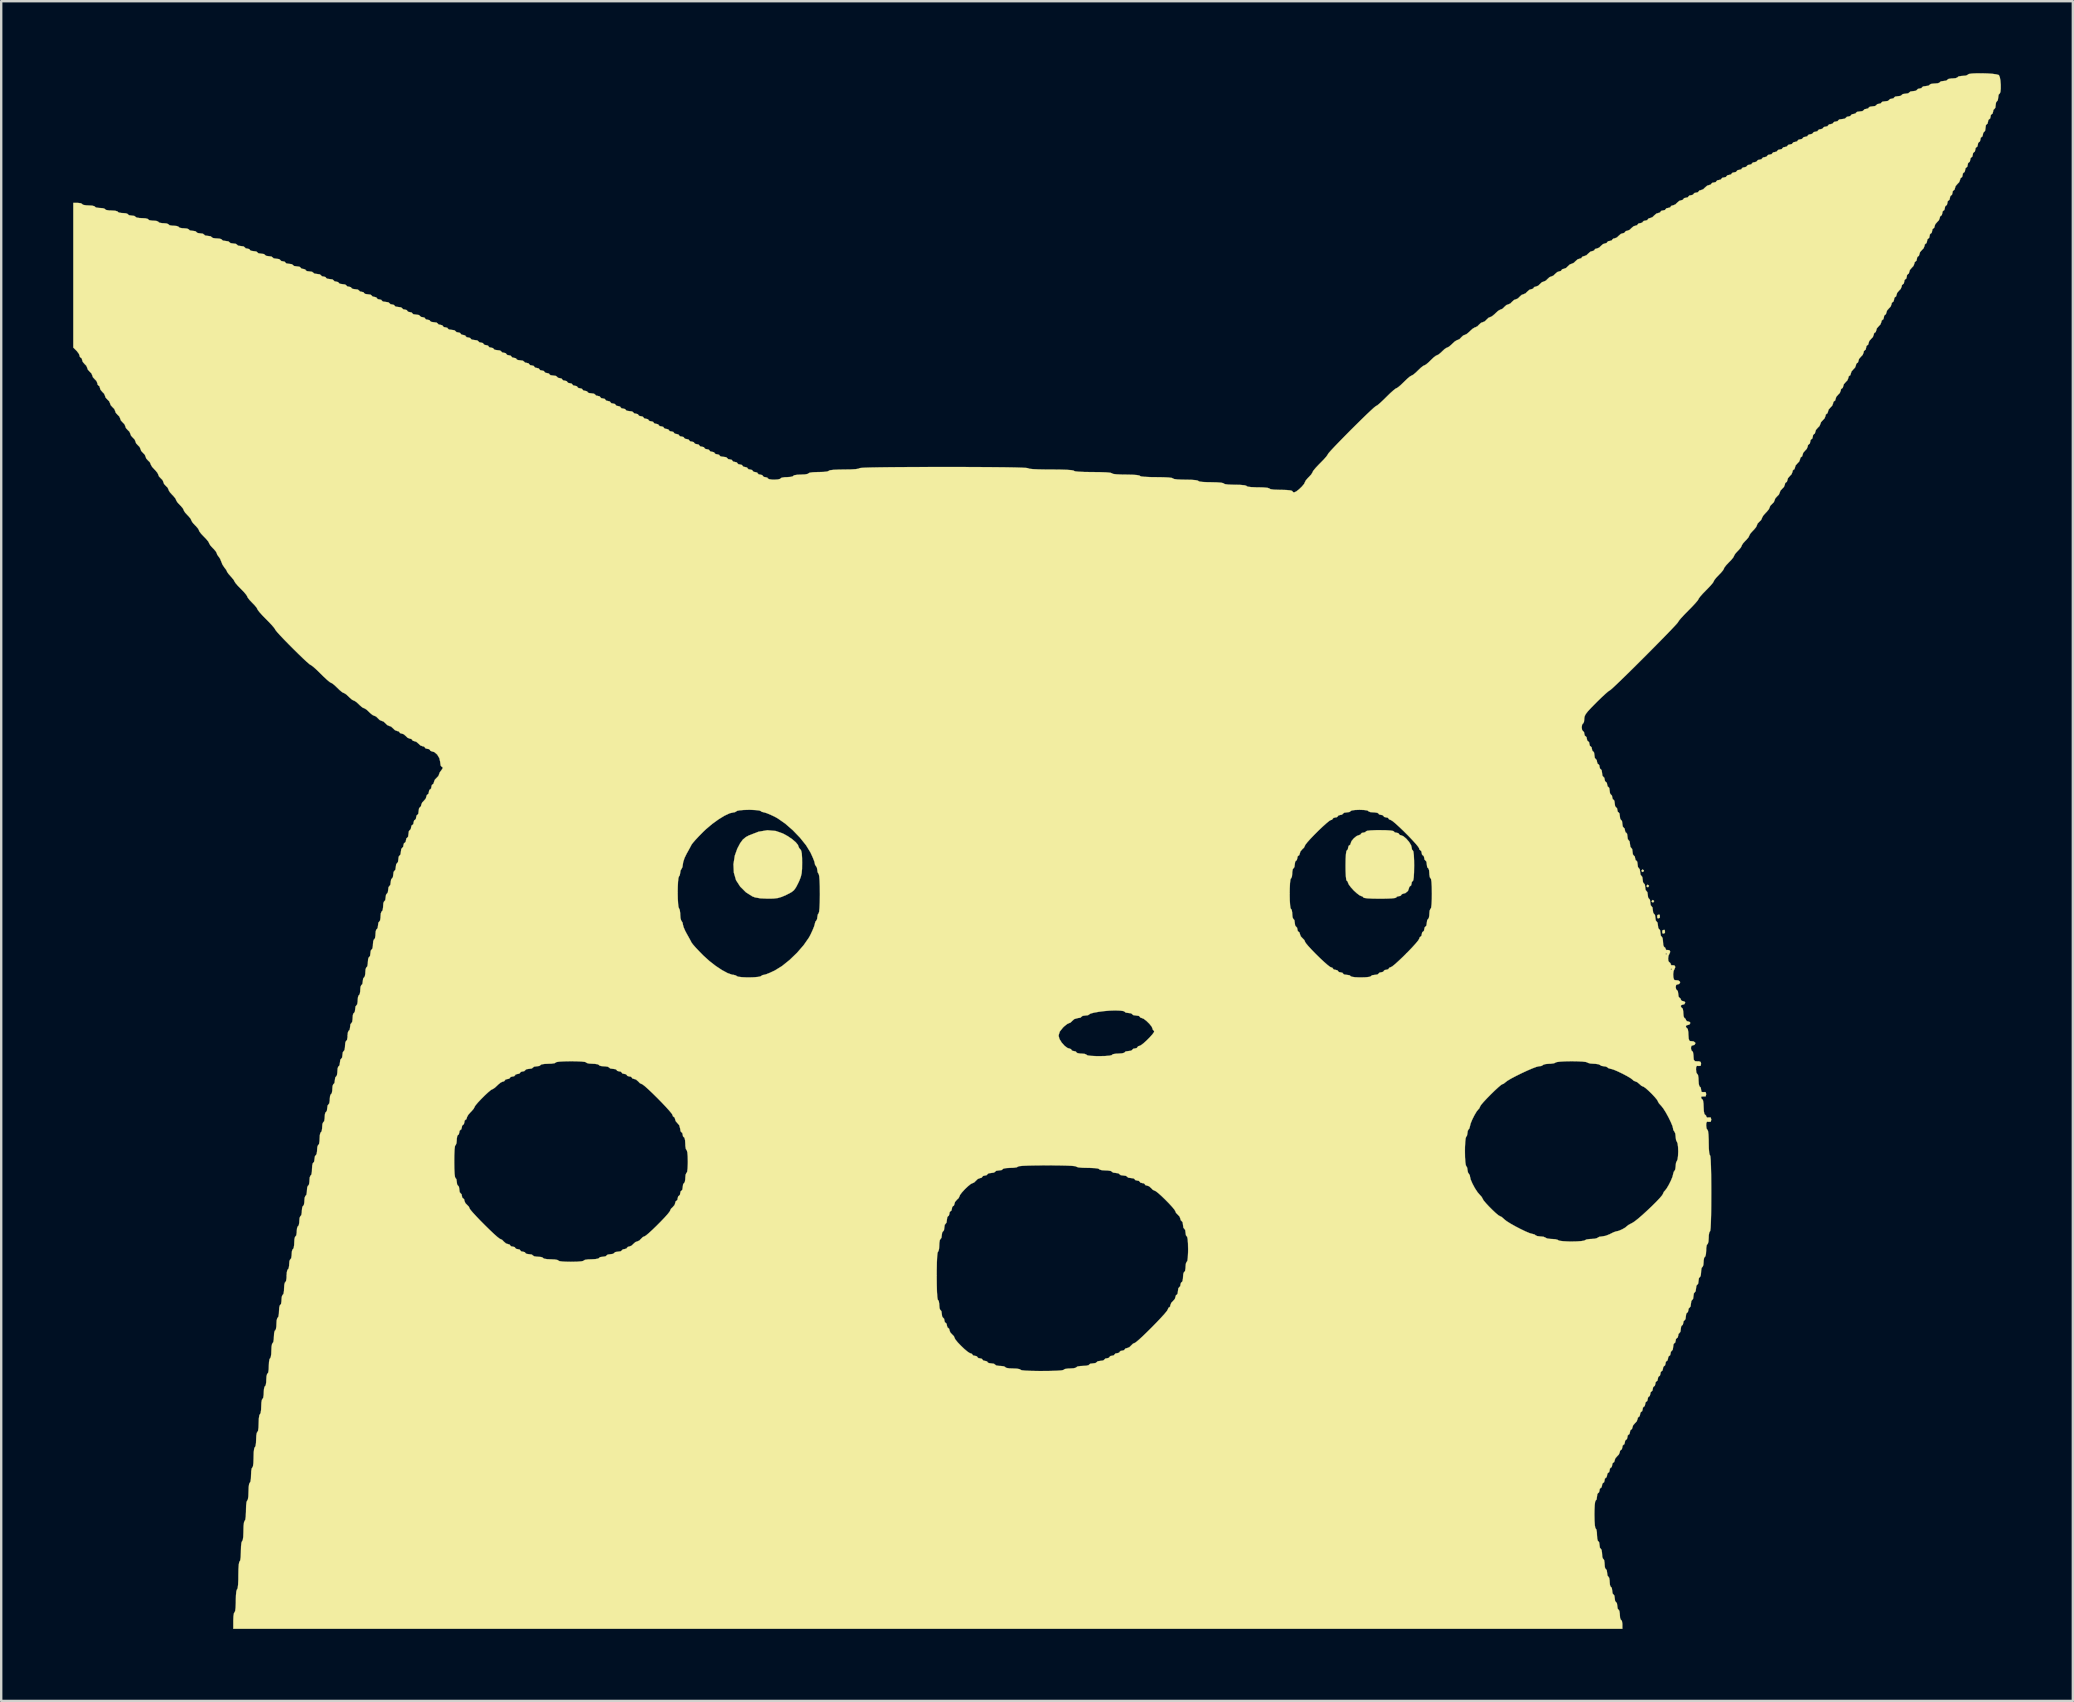
<source format=kicad_pcb>
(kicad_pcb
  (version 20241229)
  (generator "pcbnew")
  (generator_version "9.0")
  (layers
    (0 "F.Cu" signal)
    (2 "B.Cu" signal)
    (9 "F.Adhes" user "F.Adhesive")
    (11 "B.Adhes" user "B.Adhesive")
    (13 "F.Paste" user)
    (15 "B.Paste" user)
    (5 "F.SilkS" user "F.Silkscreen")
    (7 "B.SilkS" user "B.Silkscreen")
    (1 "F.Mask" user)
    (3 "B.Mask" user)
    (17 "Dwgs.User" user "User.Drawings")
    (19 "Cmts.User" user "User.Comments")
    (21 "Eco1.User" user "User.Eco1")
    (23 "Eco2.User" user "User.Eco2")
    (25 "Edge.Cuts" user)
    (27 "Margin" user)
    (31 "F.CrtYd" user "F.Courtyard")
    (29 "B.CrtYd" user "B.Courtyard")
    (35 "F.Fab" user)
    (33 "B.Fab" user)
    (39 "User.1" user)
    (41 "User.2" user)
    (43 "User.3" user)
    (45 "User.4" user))
  (footprint "pika_reflected"
    (layer "F.Cu")
    (at 45.778 24.985)
    (property "Reference" "pika_reflected" (at 0 0 0) (layer "F.SilkS") (effects (font (size 1.524 1.524) (thickness 0.3))))
    (attr through_hole)
    (fp_poly (pts (xy 19.683 8.242) (xy 19.685 8.255) (xy 19.645 8.306) (xy 19.632 8.308) (xy 19.581 8.268) (xy 19.579 8.255) (xy 19.619 8.204) (xy 19.632 8.202) (xy 19.683 8.242)) (stroke (width 0.01) (type solid)) (fill yes) (layer "F.SilkS"))
    (fp_poly (pts (xy 19.895 8.877) (xy 19.897 8.89) (xy 19.856 8.941) (xy 19.844 8.943) (xy 19.792 8.903) (xy 19.791 8.89) (xy 19.831 8.839) (xy 19.844 8.837) (xy 19.895 8.877)) (stroke (width 0.01) (type solid)) (fill yes) (layer "F.SilkS"))
    (fp_poly (pts (xy 20.107 9.512) (xy 20.108 9.525) (xy 20.068 9.576) (xy 20.055 9.578) (xy 20.004 9.538) (xy 20.003 9.525) (xy 20.043 9.474) (xy 20.055 9.472) (xy 20.107 9.512)) (stroke (width 0.01) (type solid)) (fill yes) (layer "F.SilkS"))
    (fp_poly (pts (xy 20.346 10.107) (xy 20.35 10.195) (xy 20.332 10.222) (xy 20.267 10.241) (xy 20.241 10.213) (xy 20.237 10.125) (xy 20.255 10.098) (xy 20.32 10.079) (xy 20.346 10.107)) (stroke (width 0.01) (type solid)) (fill yes) (layer "F.SilkS"))
    (fp_poly (pts (xy 20.558 10.742) (xy 20.562 10.83) (xy 20.544 10.857) (xy 20.479 10.876) (xy 20.452 10.848) (xy 20.448 10.76) (xy 20.467 10.733) (xy 20.532 10.714) (xy 20.558 10.742)) (stroke (width 0.01) (type solid)) (fill yes) (layer "F.SilkS"))
    (fp_poly (pts (xy -16.496 6.597) (xy -16.198 6.703) (xy -15.995 6.814) (xy -15.808 6.943) (xy -15.66 7.071) (xy -15.572 7.18) (xy -15.557 7.227) (xy -15.521 7.31) (xy -15.478 7.355) (xy -15.438 7.417) (xy -15.413 7.534) (xy -15.401 7.725) (xy -15.399 7.923) (xy -15.402 8.174) (xy -15.418 8.356) (xy -15.453 8.507) (xy -15.513 8.663) (xy -15.559 8.762) (xy -15.653 8.945) (xy -15.739 9.065) (xy -15.852 9.153) (xy -16.025 9.243) (xy -16.056 9.259) (xy -16.246 9.342) (xy -16.409 9.391) (xy -16.588 9.413) (xy -16.827 9.417) (xy -16.835 9.417) (xy -17.139 9.404) (xy -17.363 9.364) (xy -17.476 9.321) (xy -17.743 9.15) (xy -17.98 8.914) (xy -18.15 8.651) (xy -18.154 8.642) (xy -18.244 8.333) (xy -18.26 7.982) (xy -18.204 7.624) (xy -18.1 7.333) (xy -17.982 7.109) (xy -17.871 6.957) (xy -17.743 6.851) (xy -17.621 6.785) (xy -17.216 6.628) (xy -16.845 6.566) (xy -16.496 6.597)) (stroke (width 0.01) (type solid)) (fill yes) (layer "F.SilkS"))
    (fp_poly (pts (xy 8.941 6.566) (xy 9.133 6.579) (xy 9.241 6.599) (xy 9.26 6.615) (xy 9.305 6.658) (xy 9.366 6.668) (xy 9.452 6.69) (xy 9.472 6.72) (xy 9.515 6.767) (xy 9.553 6.773) (xy 9.657 6.815) (xy 9.782 6.92) (xy 9.899 7.056) (xy 9.98 7.192) (xy 10.001 7.274) (xy 10.019 7.375) (xy 10.054 7.408) (xy 10.077 7.459) (xy 10.095 7.604) (xy 10.105 7.83) (xy 10.107 8.043) (xy 10.103 8.322) (xy 10.091 8.528) (xy 10.072 8.65) (xy 10.054 8.678) (xy 10.011 8.723) (xy 10.001 8.784) (xy 9.979 8.87) (xy 9.948 8.89) (xy 9.902 8.933) (xy 9.895 8.973) (xy 9.851 9.093) (xy 9.746 9.184) (xy 9.661 9.207) (xy 9.588 9.235) (xy 9.578 9.26) (xy 9.534 9.303) (xy 9.472 9.313) (xy 9.386 9.335) (xy 9.366 9.366) (xy 9.315 9.389) (xy 9.169 9.406) (xy 8.94 9.416) (xy 8.678 9.419) (xy 8.384 9.415) (xy 8.164 9.404) (xy 8.03 9.386) (xy 7.99 9.366) (xy 7.947 9.32) (xy 7.91 9.313) (xy 7.832 9.278) (xy 7.711 9.186) (xy 7.592 9.077) (xy 7.468 8.94) (xy 7.382 8.823) (xy 7.355 8.759) (xy 7.327 8.688) (xy 7.303 8.678) (xy 7.279 8.627) (xy 7.262 8.483) (xy 7.252 8.257) (xy 7.25 8.043) (xy 7.254 7.765) (xy 7.266 7.558) (xy 7.285 7.437) (xy 7.303 7.408) (xy 7.345 7.364) (xy 7.355 7.303) (xy 7.378 7.217) (xy 7.408 7.197) (xy 7.455 7.154) (xy 7.461 7.115) (xy 7.501 7.014) (xy 7.598 6.899) (xy 7.713 6.807) (xy 7.803 6.773) (xy 7.875 6.745) (xy 7.885 6.72) (xy 7.929 6.677) (xy 7.99 6.668) (xy 8.076 6.645) (xy 8.096 6.615) (xy 8.147 6.591) (xy 8.29 6.573) (xy 8.511 6.563) (xy 8.678 6.562) (xy 8.941 6.566)) (stroke (width 0.01) (type solid)) (fill yes) (layer "F.SilkS"))
    (fp_poly (pts (xy 33.987 -24.974) (xy 34.196 -24.96) (xy 34.363 -24.938) (xy 34.465 -24.911) (xy 34.479 -24.901) (xy 34.516 -24.819) (xy 34.541 -24.676) (xy 34.555 -24.505) (xy 34.555 -24.337) (xy 34.541 -24.203) (xy 34.512 -24.133) (xy 34.502 -24.13) (xy 34.465 -24.084) (xy 34.449 -23.973) (xy 34.449 -23.971) (xy 34.433 -23.86) (xy 34.396 -23.813) (xy 34.396 -23.812) (xy 34.359 -23.767) (xy 34.343 -23.656) (xy 34.343 -23.654) (xy 34.328 -23.542) (xy 34.291 -23.495) (xy 34.29 -23.495) (xy 34.247 -23.451) (xy 34.237 -23.389) (xy 34.215 -23.303) (xy 34.184 -23.283) (xy 34.141 -23.239) (xy 34.131 -23.177) (xy 34.109 -23.092) (xy 34.078 -23.072) (xy 34.035 -23.027) (xy 34.025 -22.966) (xy 34.003 -22.88) (xy 33.972 -22.86) (xy 33.935 -22.814) (xy 33.92 -22.703) (xy 33.92 -22.701) (xy 33.904 -22.59) (xy 33.867 -22.543) (xy 33.867 -22.543) (xy 33.824 -22.498) (xy 33.814 -22.437) (xy 33.792 -22.351) (xy 33.761 -22.331) (xy 33.718 -22.287) (xy 33.708 -22.225) (xy 33.686 -22.139) (xy 33.655 -22.119) (xy 33.612 -22.075) (xy 33.602 -22.013) (xy 33.58 -21.927) (xy 33.549 -21.907) (xy 33.506 -21.863) (xy 33.496 -21.802) (xy 33.474 -21.716) (xy 33.443 -21.696) (xy 33.4 -21.652) (xy 33.39 -21.59) (xy 33.368 -21.504) (xy 33.337 -21.484) (xy 33.295 -21.44) (xy 33.285 -21.378) (xy 33.262 -21.292) (xy 33.232 -21.273) (xy 33.189 -21.228) (xy 33.179 -21.167) (xy 33.157 -21.081) (xy 33.126 -21.061) (xy 33.083 -21.017) (xy 33.073 -20.955) (xy 33.051 -20.869) (xy 33.02 -20.849) (xy 32.977 -20.805) (xy 32.967 -20.743) (xy 32.945 -20.657) (xy 32.914 -20.637) (xy 32.87 -20.594) (xy 32.861 -20.543) (xy 32.821 -20.441) (xy 32.755 -20.373) (xy 32.673 -20.278) (xy 32.65 -20.202) (xy 32.625 -20.123) (xy 32.597 -20.108) (xy 32.554 -20.064) (xy 32.544 -20.003) (xy 32.522 -19.917) (xy 32.491 -19.897) (xy 32.448 -19.852) (xy 32.438 -19.791) (xy 32.416 -19.705) (xy 32.385 -19.685) (xy 32.342 -19.641) (xy 32.332 -19.579) (xy 32.31 -19.493) (xy 32.279 -19.473) (xy 32.236 -19.429) (xy 32.226 -19.367) (xy 32.204 -19.282) (xy 32.173 -19.262) (xy 32.13 -19.217) (xy 32.12 -19.156) (xy 32.098 -19.07) (xy 32.068 -19.05) (xy 32.023 -19.006) (xy 32.015 -18.956) (xy 31.975 -18.854) (xy 31.909 -18.785) (xy 31.826 -18.69) (xy 31.803 -18.615) (xy 31.778 -18.536) (xy 31.75 -18.521) (xy 31.707 -18.477) (xy 31.697 -18.415) (xy 31.675 -18.329) (xy 31.644 -18.309) (xy 31.601 -18.265) (xy 31.591 -18.203) (xy 31.569 -18.117) (xy 31.538 -18.098) (xy 31.495 -18.053) (xy 31.485 -17.992) (xy 31.463 -17.906) (xy 31.433 -17.886) (xy 31.388 -17.842) (xy 31.38 -17.792) (xy 31.34 -17.689) (xy 31.274 -17.621) (xy 31.191 -17.526) (xy 31.168 -17.451) (xy 31.143 -17.371) (xy 31.115 -17.357) (xy 31.072 -17.312) (xy 31.062 -17.251) (xy 31.04 -17.165) (xy 31.009 -17.145) (xy 30.965 -17.101) (xy 30.956 -17.051) (xy 30.916 -16.949) (xy 30.85 -16.88) (xy 30.768 -16.785) (xy 30.745 -16.71) (xy 30.72 -16.631) (xy 30.692 -16.616) (xy 30.649 -16.572) (xy 30.639 -16.51) (xy 30.617 -16.424) (xy 30.586 -16.404) (xy 30.543 -16.36) (xy 30.533 -16.298) (xy 30.511 -16.212) (xy 30.48 -16.192) (xy 30.435 -16.149) (xy 30.427 -16.098) (xy 30.387 -15.996) (xy 30.321 -15.928) (xy 30.239 -15.833) (xy 30.215 -15.757) (xy 30.191 -15.678) (xy 30.163 -15.663) (xy 30.12 -15.619) (xy 30.11 -15.557) (xy 30.087 -15.472) (xy 30.057 -15.452) (xy 30.012 -15.408) (xy 30.004 -15.358) (xy 29.964 -15.255) (xy 29.898 -15.187) (xy 29.815 -15.092) (xy 29.792 -15.017) (xy 29.767 -14.937) (xy 29.739 -14.922) (xy 29.696 -14.878) (xy 29.686 -14.817) (xy 29.664 -14.731) (xy 29.633 -14.711) (xy 29.589 -14.667) (xy 29.58 -14.617) (xy 29.54 -14.514) (xy 29.475 -14.446) (xy 29.392 -14.351) (xy 29.369 -14.276) (xy 29.344 -14.196) (xy 29.316 -14.182) (xy 29.271 -14.138) (xy 29.263 -14.088) (xy 29.223 -13.985) (xy 29.157 -13.917) (xy 29.074 -13.822) (xy 29.051 -13.747) (xy 29.027 -13.667) (xy 28.998 -13.652) (xy 28.955 -13.608) (xy 28.945 -13.547) (xy 28.923 -13.461) (xy 28.892 -13.441) (xy 28.848 -13.397) (xy 28.84 -13.347) (xy 28.8 -13.244) (xy 28.734 -13.176) (xy 28.651 -13.081) (xy 28.628 -13.006) (xy 28.603 -12.926) (xy 28.575 -12.912) (xy 28.53 -12.868) (xy 28.522 -12.818) (xy 28.482 -12.715) (xy 28.416 -12.647) (xy 28.334 -12.552) (xy 28.31 -12.477) (xy 28.286 -12.397) (xy 28.258 -12.383) (xy 28.213 -12.339) (xy 28.205 -12.288) (xy 28.165 -12.186) (xy 28.099 -12.118) (xy 28.016 -12.023) (xy 27.993 -11.947) (xy 27.968 -11.868) (xy 27.94 -11.853) (xy 27.895 -11.81) (xy 27.887 -11.759) (xy 27.847 -11.657) (xy 27.781 -11.589) (xy 27.699 -11.494) (xy 27.675 -11.418) (xy 27.651 -11.339) (xy 27.622 -11.324) (xy 27.578 -11.28) (xy 27.57 -11.23) (xy 27.53 -11.128) (xy 27.464 -11.06) (xy 27.381 -10.964) (xy 27.358 -10.889) (xy 27.333 -10.81) (xy 27.305 -10.795) (xy 27.26 -10.751) (xy 27.252 -10.701) (xy 27.212 -10.599) (xy 27.146 -10.53) (xy 27.064 -10.44) (xy 27.04 -10.372) (xy 27.001 -10.279) (xy 26.935 -10.213) (xy 26.852 -10.118) (xy 26.829 -10.042) (xy 26.804 -9.963) (xy 26.776 -9.948) (xy 26.733 -9.904) (xy 26.723 -9.842) (xy 26.701 -9.757) (xy 26.67 -9.737) (xy 26.627 -9.692) (xy 26.617 -9.631) (xy 26.595 -9.545) (xy 26.564 -9.525) (xy 26.52 -9.481) (xy 26.511 -9.431) (xy 26.471 -9.329) (xy 26.405 -9.26) (xy 26.323 -9.165) (xy 26.3 -9.09) (xy 26.275 -9.011) (xy 26.247 -8.996) (xy 26.202 -8.952) (xy 26.194 -8.902) (xy 26.154 -8.799) (xy 26.088 -8.731) (xy 26.005 -8.636) (xy 25.982 -8.561) (xy 25.957 -8.481) (xy 25.929 -8.467) (xy 25.885 -8.423) (xy 25.876 -8.373) (xy 25.836 -8.27) (xy 25.77 -8.202) (xy 25.688 -8.107) (xy 25.665 -8.032) (xy 25.64 -7.952) (xy 25.612 -7.938) (xy 25.567 -7.894) (xy 25.559 -7.843) (xy 25.519 -7.741) (xy 25.453 -7.673) (xy 25.371 -7.583) (xy 25.347 -7.514) (xy 25.308 -7.421) (xy 25.241 -7.355) (xy 25.159 -7.265) (xy 25.135 -7.197) (xy 25.096 -7.104) (xy 25.03 -7.038) (xy 24.947 -6.952) (xy 24.924 -6.889) (xy 24.888 -6.809) (xy 24.798 -6.7) (xy 24.765 -6.668) (xy 24.665 -6.557) (xy 24.61 -6.465) (xy 24.606 -6.446) (xy 24.567 -6.361) (xy 24.5 -6.297) (xy 24.418 -6.211) (xy 24.395 -6.148) (xy 24.359 -6.068) (xy 24.269 -5.959) (xy 24.236 -5.927) (xy 24.136 -5.819) (xy 24.081 -5.732) (xy 24.077 -5.715) (xy 24.041 -5.641) (xy 23.952 -5.536) (xy 23.918 -5.503) (xy 23.818 -5.395) (xy 23.763 -5.308) (xy 23.76 -5.292) (xy 23.724 -5.218) (xy 23.634 -5.113) (xy 23.601 -5.08) (xy 23.501 -4.972) (xy 23.446 -4.886) (xy 23.442 -4.869) (xy 23.406 -4.801) (xy 23.315 -4.69) (xy 23.23 -4.604) (xy 23.113 -4.481) (xy 23.036 -4.381) (xy 23.019 -4.339) (xy 22.983 -4.271) (xy 22.891 -4.161) (xy 22.807 -4.075) (xy 22.69 -3.952) (xy 22.613 -3.852) (xy 22.595 -3.811) (xy 22.56 -3.749) (xy 22.465 -3.635) (xy 22.329 -3.491) (xy 22.278 -3.44) (xy 22.132 -3.29) (xy 22.022 -3.165) (xy 21.965 -3.083) (xy 21.96 -3.07) (xy 21.925 -3.011) (xy 21.828 -2.897) (xy 21.686 -2.744) (xy 21.537 -2.593) (xy 21.368 -2.421) (xy 21.23 -2.272) (xy 21.141 -2.165) (xy 21.114 -2.119) (xy 21.078 -2.069) (xy 20.976 -1.956) (xy 20.818 -1.788) (xy 20.615 -1.577) (xy 20.376 -1.333) (xy 20.112 -1.065) (xy 19.833 -0.784) (xy 19.548 -0.499) (xy 19.269 -0.221) (xy 19.004 0.04) (xy 18.764 0.274) (xy 18.559 0.471) (xy 18.399 0.621) (xy 18.294 0.714) (xy 18.256 0.741) (xy 18.2 0.776) (xy 18.087 0.874) (xy 17.93 1.019) (xy 17.745 1.198) (xy 17.7 1.243) (xy 17.494 1.452) (xy 17.352 1.605) (xy 17.264 1.718) (xy 17.217 1.807) (xy 17.199 1.889) (xy 17.198 1.931) (xy 17.185 2.053) (xy 17.152 2.115) (xy 17.145 2.117) (xy 17.108 2.163) (xy 17.092 2.273) (xy 17.092 2.275) (xy 17.107 2.387) (xy 17.144 2.434) (xy 17.145 2.434) (xy 17.188 2.478) (xy 17.198 2.54) (xy 17.22 2.626) (xy 17.251 2.646) (xy 17.294 2.69) (xy 17.304 2.752) (xy 17.326 2.838) (xy 17.357 2.857) (xy 17.4 2.902) (xy 17.41 2.963) (xy 17.432 3.049) (xy 17.462 3.069) (xy 17.505 3.113) (xy 17.515 3.175) (xy 17.538 3.261) (xy 17.568 3.281) (xy 17.605 3.327) (xy 17.621 3.438) (xy 17.621 3.44) (xy 17.637 3.551) (xy 17.674 3.598) (xy 17.674 3.598) (xy 17.717 3.643) (xy 17.727 3.704) (xy 17.749 3.79) (xy 17.78 3.81) (xy 17.823 3.854) (xy 17.833 3.916) (xy 17.855 4.002) (xy 17.886 4.022) (xy 17.923 4.068) (xy 17.939 4.178) (xy 17.939 4.18) (xy 17.954 4.292) (xy 17.991 4.339) (xy 17.992 4.339) (xy 18.035 4.383) (xy 18.045 4.445) (xy 18.067 4.531) (xy 18.098 4.551) (xy 18.14 4.595) (xy 18.15 4.657) (xy 18.173 4.743) (xy 18.203 4.763) (xy 18.24 4.808) (xy 18.256 4.919) (xy 18.256 4.921) (xy 18.272 5.033) (xy 18.309 5.08) (xy 18.309 5.08) (xy 18.352 5.124) (xy 18.362 5.186) (xy 18.384 5.272) (xy 18.415 5.292) (xy 18.452 5.338) (xy 18.468 5.448) (xy 18.468 5.45) (xy 18.483 5.562) (xy 18.52 5.609) (xy 18.521 5.609) (xy 18.564 5.653) (xy 18.574 5.715) (xy 18.596 5.801) (xy 18.627 5.821) (xy 18.664 5.867) (xy 18.68 5.978) (xy 18.68 5.98) (xy 18.695 6.091) (xy 18.732 6.138) (xy 18.733 6.138) (xy 18.77 6.184) (xy 18.785 6.295) (xy 18.785 6.297) (xy 18.801 6.409) (xy 18.838 6.456) (xy 18.838 6.456) (xy 18.881 6.5) (xy 18.891 6.562) (xy 18.913 6.648) (xy 18.944 6.668) (xy 18.981 6.713) (xy 18.997 6.824) (xy 18.997 6.826) (xy 19.012 6.938) (xy 19.049 6.985) (xy 19.05 6.985) (xy 19.087 7.031) (xy 19.103 7.142) (xy 19.103 7.144) (xy 19.118 7.255) (xy 19.155 7.302) (xy 19.156 7.303) (xy 19.193 7.348) (xy 19.209 7.459) (xy 19.209 7.461) (xy 19.224 7.573) (xy 19.261 7.62) (xy 19.262 7.62) (xy 19.305 7.664) (xy 19.315 7.726) (xy 19.337 7.812) (xy 19.367 7.832) (xy 19.405 7.878) (xy 19.42 7.988) (xy 19.42 7.99) (xy 19.436 8.102) (xy 19.473 8.149) (xy 19.473 8.149) (xy 19.51 8.195) (xy 19.526 8.306) (xy 19.526 8.308) (xy 19.542 8.419) (xy 19.579 8.467) (xy 19.579 8.467) (xy 19.616 8.513) (xy 19.632 8.623) (xy 19.632 8.625) (xy 19.647 8.737) (xy 19.684 8.784) (xy 19.685 8.784) (xy 19.722 8.83) (xy 19.738 8.941) (xy 19.738 8.943) (xy 19.753 9.054) (xy 19.79 9.102) (xy 19.791 9.102) (xy 19.828 9.148) (xy 19.844 9.258) (xy 19.844 9.26) (xy 19.859 9.372) (xy 19.896 9.419) (xy 19.897 9.419) (xy 19.934 9.465) (xy 19.95 9.576) (xy 19.95 9.578) (xy 19.965 9.689) (xy 20.002 9.737) (xy 20.003 9.737) (xy 20.04 9.783) (xy 20.055 9.893) (xy 20.055 9.895) (xy 20.071 10.007) (xy 20.108 10.054) (xy 20.108 10.054) (xy 20.145 10.1) (xy 20.161 10.211) (xy 20.161 10.213) (xy 20.177 10.324) (xy 20.214 10.372) (xy 20.214 10.372) (xy 20.251 10.418) (xy 20.267 10.528) (xy 20.267 10.53) (xy 20.282 10.642) (xy 20.319 10.689) (xy 20.32 10.689) (xy 20.357 10.735) (xy 20.373 10.846) (xy 20.373 10.848) (xy 20.388 10.959) (xy 20.425 11.007) (xy 20.426 11.007) (xy 20.459 11.054) (xy 20.477 11.171) (xy 20.479 11.218) (xy 20.49 11.351) (xy 20.52 11.425) (xy 20.532 11.43) (xy 20.579 11.473) (xy 20.585 11.508) (xy 20.621 11.562) (xy 20.659 11.557) (xy 20.743 11.564) (xy 20.781 11.63) (xy 20.749 11.71) (xy 20.708 11.794) (xy 20.692 11.911) (xy 20.702 12.015) (xy 20.74 12.065) (xy 20.743 12.065) (xy 20.791 12.108) (xy 20.796 12.143) (xy 20.832 12.197) (xy 20.87 12.192) (xy 20.955 12.199) (xy 20.993 12.265) (xy 20.961 12.345) (xy 20.92 12.433) (xy 20.903 12.563) (xy 20.91 12.695) (xy 20.939 12.79) (xy 20.968 12.812) (xy 21.082 12.822) (xy 21.114 12.825) (xy 21.184 12.874) (xy 21.193 12.912) (xy 21.151 12.975) (xy 21.101 12.984) (xy 21.026 13.014) (xy 21.008 13.103) (xy 21.027 13.199) (xy 21.061 13.229) (xy 21.098 13.275) (xy 21.114 13.386) (xy 21.114 13.388) (xy 21.129 13.499) (xy 21.166 13.547) (xy 21.167 13.547) (xy 21.215 13.589) (xy 21.22 13.62) (xy 21.262 13.679) (xy 21.312 13.686) (xy 21.39 13.717) (xy 21.405 13.758) (xy 21.362 13.822) (xy 21.312 13.83) (xy 21.234 13.858) (xy 21.22 13.897) (xy 21.25 13.963) (xy 21.273 13.97) (xy 21.306 14.017) (xy 21.324 14.134) (xy 21.325 14.182) (xy 21.337 14.314) (xy 21.366 14.388) (xy 21.378 14.393) (xy 21.426 14.436) (xy 21.431 14.467) (xy 21.474 14.525) (xy 21.524 14.533) (xy 21.602 14.563) (xy 21.616 14.605) (xy 21.574 14.668) (xy 21.524 14.677) (xy 21.446 14.705) (xy 21.431 14.743) (xy 21.462 14.81) (xy 21.484 14.817) (xy 21.514 14.864) (xy 21.534 14.986) (xy 21.537 15.081) (xy 21.55 15.262) (xy 21.588 15.346) (xy 21.603 15.352) (xy 21.717 15.362) (xy 21.749 15.365) (xy 21.819 15.414) (xy 21.828 15.452) (xy 21.786 15.515) (xy 21.736 15.524) (xy 21.661 15.554) (xy 21.643 15.643) (xy 21.662 15.739) (xy 21.696 15.769) (xy 21.729 15.816) (xy 21.747 15.933) (xy 21.749 15.981) (xy 21.76 16.126) (xy 21.811 16.191) (xy 21.928 16.199) (xy 21.974 16.195) (xy 22.05 16.225) (xy 22.066 16.301) (xy 22.045 16.386) (xy 21.965 16.39) (xy 21.96 16.389) (xy 21.889 16.385) (xy 21.859 16.443) (xy 21.855 16.541) (xy 21.868 16.662) (xy 21.902 16.721) (xy 21.907 16.722) (xy 21.938 16.769) (xy 21.957 16.891) (xy 21.96 16.986) (xy 21.97 17.137) (xy 21.994 17.233) (xy 22.013 17.251) (xy 22.054 17.296) (xy 22.066 17.378) (xy 22.084 17.47) (xy 22.153 17.482) (xy 22.172 17.478) (xy 22.254 17.479) (xy 22.278 17.559) (xy 22.278 17.568) (xy 22.258 17.655) (xy 22.181 17.661) (xy 22.172 17.659) (xy 22.084 17.663) (xy 22.066 17.706) (xy 22.096 17.773) (xy 22.119 17.78) (xy 22.147 17.828) (xy 22.166 17.954) (xy 22.172 18.098) (xy 22.18 18.267) (xy 22.201 18.381) (xy 22.225 18.415) (xy 22.273 18.457) (xy 22.278 18.489) (xy 22.317 18.541) (xy 22.384 18.536) (xy 22.466 18.537) (xy 22.489 18.617) (xy 22.49 18.627) (xy 22.469 18.713) (xy 22.392 18.719) (xy 22.384 18.717) (xy 22.312 18.714) (xy 22.283 18.772) (xy 22.278 18.87) (xy 22.292 18.99) (xy 22.325 19.049) (xy 22.331 19.05) (xy 22.355 19.1) (xy 22.373 19.241) (xy 22.383 19.457) (xy 22.384 19.579) (xy 22.389 19.825) (xy 22.403 20.003) (xy 22.424 20.097) (xy 22.437 20.108) (xy 22.453 20.161) (xy 22.467 20.315) (xy 22.477 20.569) (xy 22.485 20.917) (xy 22.489 21.358) (xy 22.49 21.696) (xy 22.488 22.195) (xy 22.483 22.604) (xy 22.474 22.921) (xy 22.463 23.141) (xy 22.448 23.261) (xy 22.437 23.283) (xy 22.406 23.331) (xy 22.387 23.453) (xy 22.384 23.548) (xy 22.374 23.699) (xy 22.35 23.795) (xy 22.331 23.812) (xy 22.301 23.86) (xy 22.281 23.982) (xy 22.278 24.077) (xy 22.268 24.228) (xy 22.244 24.324) (xy 22.225 24.342) (xy 22.192 24.389) (xy 22.173 24.506) (xy 22.172 24.553) (xy 22.16 24.686) (xy 22.131 24.76) (xy 22.119 24.765) (xy 22.086 24.812) (xy 22.068 24.929) (xy 22.066 24.977) (xy 22.055 25.109) (xy 22.025 25.183) (xy 22.013 25.188) (xy 21.976 25.234) (xy 21.96 25.345) (xy 21.96 25.347) (xy 21.945 25.459) (xy 21.908 25.506) (xy 21.907 25.506) (xy 21.87 25.552) (xy 21.855 25.663) (xy 21.855 25.665) (xy 21.839 25.776) (xy 21.802 25.823) (xy 21.802 25.823) (xy 21.765 25.869) (xy 21.749 25.98) (xy 21.749 25.982) (xy 21.733 26.094) (xy 21.696 26.141) (xy 21.696 26.141) (xy 21.659 26.187) (xy 21.643 26.298) (xy 21.643 26.3) (xy 21.628 26.411) (xy 21.591 26.458) (xy 21.59 26.458) (xy 21.547 26.503) (xy 21.537 26.564) (xy 21.515 26.65) (xy 21.484 26.67) (xy 21.447 26.716) (xy 21.431 26.827) (xy 21.431 26.829) (xy 21.416 26.94) (xy 21.379 26.987) (xy 21.378 26.988) (xy 21.335 27.032) (xy 21.325 27.093) (xy 21.303 27.179) (xy 21.273 27.199) (xy 21.235 27.245) (xy 21.22 27.356) (xy 21.22 27.358) (xy 21.204 27.469) (xy 21.167 27.517) (xy 21.167 27.517) (xy 21.124 27.561) (xy 21.114 27.622) (xy 21.092 27.708) (xy 21.061 27.728) (xy 21.018 27.773) (xy 21.008 27.834) (xy 20.986 27.92) (xy 20.955 27.94) (xy 20.918 27.986) (xy 20.902 28.097) (xy 20.902 28.099) (xy 20.887 28.21) (xy 20.85 28.257) (xy 20.849 28.258) (xy 20.806 28.302) (xy 20.796 28.363) (xy 20.774 28.449) (xy 20.743 28.469) (xy 20.7 28.513) (xy 20.69 28.575) (xy 20.668 28.661) (xy 20.637 28.681) (xy 20.595 28.725) (xy 20.585 28.787) (xy 20.562 28.873) (xy 20.532 28.892) (xy 20.489 28.937) (xy 20.479 28.998) (xy 20.457 29.084) (xy 20.426 29.104) (xy 20.383 29.148) (xy 20.373 29.21) (xy 20.351 29.296) (xy 20.32 29.316) (xy 20.277 29.36) (xy 20.267 29.422) (xy 20.245 29.508) (xy 20.214 29.527) (xy 20.171 29.572) (xy 20.161 29.633) (xy 20.139 29.719) (xy 20.108 29.739) (xy 20.065 29.783) (xy 20.055 29.845) (xy 20.033 29.931) (xy 20.003 29.951) (xy 19.96 29.995) (xy 19.95 30.057) (xy 19.927 30.143) (xy 19.897 30.163) (xy 19.854 30.207) (xy 19.844 30.268) (xy 19.822 30.354) (xy 19.791 30.374) (xy 19.748 30.418) (xy 19.738 30.48) (xy 19.716 30.566) (xy 19.685 30.586) (xy 19.642 30.63) (xy 19.632 30.692) (xy 19.61 30.778) (xy 19.579 30.797) (xy 19.536 30.842) (xy 19.526 30.903) (xy 19.504 30.989) (xy 19.473 31.009) (xy 19.429 31.053) (xy 19.42 31.103) (xy 19.38 31.206) (xy 19.315 31.274) (xy 19.232 31.369) (xy 19.209 31.444) (xy 19.184 31.524) (xy 19.156 31.538) (xy 19.113 31.583) (xy 19.103 31.644) (xy 19.081 31.73) (xy 19.05 31.75) (xy 19.007 31.794) (xy 18.997 31.856) (xy 18.975 31.942) (xy 18.944 31.962) (xy 18.901 32.006) (xy 18.891 32.068) (xy 18.869 32.153) (xy 18.838 32.173) (xy 18.795 32.218) (xy 18.785 32.279) (xy 18.763 32.365) (xy 18.733 32.385) (xy 18.688 32.429) (xy 18.68 32.479) (xy 18.64 32.581) (xy 18.574 32.65) (xy 18.491 32.745) (xy 18.468 32.82) (xy 18.443 32.899) (xy 18.415 32.914) (xy 18.372 32.958) (xy 18.362 33.02) (xy 18.34 33.106) (xy 18.309 33.126) (xy 18.266 33.17) (xy 18.256 33.232) (xy 18.234 33.318) (xy 18.203 33.337) (xy 18.16 33.382) (xy 18.15 33.443) (xy 18.128 33.529) (xy 18.098 33.549) (xy 18.055 33.593) (xy 18.045 33.655) (xy 18.022 33.741) (xy 17.992 33.761) (xy 17.949 33.805) (xy 17.939 33.867) (xy 17.917 33.953) (xy 17.886 33.972) (xy 17.843 34.017) (xy 17.833 34.078) (xy 17.811 34.164) (xy 17.78 34.184) (xy 17.743 34.23) (xy 17.727 34.341) (xy 17.727 34.343) (xy 17.712 34.454) (xy 17.675 34.502) (xy 17.674 34.502) (xy 17.65 34.552) (xy 17.633 34.695) (xy 17.623 34.916) (xy 17.621 35.084) (xy 17.626 35.346) (xy 17.639 35.539) (xy 17.659 35.647) (xy 17.674 35.666) (xy 17.704 35.713) (xy 17.724 35.835) (xy 17.727 35.93) (xy 17.737 36.081) (xy 17.761 36.177) (xy 17.78 36.195) (xy 17.817 36.241) (xy 17.833 36.352) (xy 17.833 36.354) (xy 17.848 36.465) (xy 17.885 36.512) (xy 17.886 36.513) (xy 17.919 36.559) (xy 17.937 36.677) (xy 17.939 36.724) (xy 17.95 36.857) (xy 17.98 36.93) (xy 17.992 36.936) (xy 18.025 36.983) (xy 18.043 37.1) (xy 18.045 37.148) (xy 18.056 37.28) (xy 18.086 37.354) (xy 18.098 37.359) (xy 18.135 37.405) (xy 18.15 37.516) (xy 18.15 37.518) (xy 18.166 37.629) (xy 18.203 37.677) (xy 18.203 37.677) (xy 18.236 37.724) (xy 18.255 37.841) (xy 18.256 37.888) (xy 18.268 38.021) (xy 18.297 38.095) (xy 18.309 38.1) (xy 18.346 38.146) (xy 18.362 38.257) (xy 18.362 38.259) (xy 18.377 38.37) (xy 18.414 38.417) (xy 18.415 38.417) (xy 18.452 38.463) (xy 18.468 38.574) (xy 18.468 38.576) (xy 18.483 38.688) (xy 18.52 38.735) (xy 18.521 38.735) (xy 18.558 38.781) (xy 18.574 38.892) (xy 18.574 38.894) (xy 18.589 39.005) (xy 18.626 39.052) (xy 18.627 39.053) (xy 18.66 39.099) (xy 18.678 39.217) (xy 18.68 39.264) (xy 18.691 39.397) (xy 18.721 39.47) (xy 18.733 39.476) (xy 18.767 39.522) (xy 18.785 39.637) (xy 18.785 39.661) (xy 18.785 39.846) (xy -39.105 39.846) (xy -39.105 39.502) (xy -39.098 39.323) (xy -39.078 39.199) (xy -39.053 39.158) (xy -39.027 39.108) (xy -39.009 38.97) (xy -39 38.761) (xy -39 38.682) (xy -38.994 38.454) (xy -38.979 38.291) (xy -38.955 38.211) (xy -38.947 38.206) (xy -38.923 38.155) (xy -38.905 38.012) (xy -38.895 37.791) (xy -38.894 37.624) (xy -38.889 37.361) (xy -38.876 37.169) (xy -38.856 37.061) (xy -38.841 37.042) (xy -38.815 36.992) (xy -38.796 36.857) (xy -38.788 36.656) (xy -38.788 36.618) (xy -38.782 36.409) (xy -38.765 36.261) (xy -38.74 36.196) (xy -38.735 36.195) (xy -38.709 36.145) (xy -38.69 36.01) (xy -38.682 35.81) (xy -38.682 35.772) (xy -38.676 35.562) (xy -38.659 35.415) (xy -38.634 35.35) (xy -38.629 35.348) (xy -38.603 35.299) (xy -38.585 35.164) (xy -38.576 34.963) (xy -38.576 34.925) (xy -38.57 34.715) (xy -38.553 34.568) (xy -38.528 34.503) (xy -38.523 34.502) (xy -38.496 34.453) (xy -38.477 34.322) (xy -38.47 34.132) (xy -38.47 34.131) (xy -38.463 33.941) (xy -38.445 33.81) (xy -38.418 33.761) (xy -38.417 33.761) (xy -38.389 33.713) (xy -38.37 33.587) (xy -38.365 33.443) (xy -38.357 33.274) (xy -38.336 33.16) (xy -38.312 33.126) (xy -38.285 33.076) (xy -38.267 32.941) (xy -38.259 32.74) (xy -38.259 32.703) (xy -38.253 32.493) (xy -38.236 32.346) (xy -38.211 32.281) (xy -38.206 32.279) (xy -38.178 32.231) (xy -38.159 32.105) (xy -38.153 31.962) (xy -38.145 31.793) (xy -38.124 31.678) (xy -38.1 31.644) (xy -38.073 31.595) (xy -38.054 31.464) (xy -38.047 31.274) (xy -38.047 31.274) (xy -38.04 31.084) (xy -38.021 30.952) (xy -37.994 30.903) (xy -37.994 30.903) (xy -37.966 30.855) (xy -37.947 30.729) (xy -37.941 30.586) (xy -37.933 30.417) (xy -37.912 30.302) (xy -37.888 30.268) (xy -37.858 30.221) (xy -37.839 30.099) (xy -37.835 30.004) (xy -37.826 29.853) (xy -37.802 29.757) (xy -37.782 29.739) (xy -37.752 29.692) (xy -37.733 29.57) (xy -37.73 29.475) (xy -37.72 29.324) (xy -37.696 29.228) (xy -37.677 29.21) (xy -37.648 29.162) (xy -37.629 29.036) (xy -37.624 28.892) (xy -37.616 28.723) (xy -37.595 28.609) (xy -37.571 28.575) (xy -37.543 28.527) (xy -37.524 28.401) (xy -37.518 28.258) (xy -37.51 28.088) (xy -37.489 27.974) (xy -37.465 27.94) (xy -37.435 27.892) (xy -37.416 27.771) (xy -37.412 27.675) (xy -37.403 27.524) (xy -37.378 27.429) (xy -37.359 27.411) (xy -37.329 27.363) (xy -37.31 27.242) (xy -37.306 27.146) (xy -37.297 26.995) (xy -37.272 26.9) (xy -37.253 26.882) (xy -37.223 26.834) (xy -37.204 26.712) (xy -37.2 26.617) (xy -37.191 26.466) (xy -37.167 26.37) (xy -37.148 26.352) (xy -37.114 26.306) (xy -37.096 26.188) (xy -37.095 26.141) (xy -37.083 26.008) (xy -37.054 25.935) (xy -37.042 25.929) (xy -37.011 25.882) (xy -36.992 25.76) (xy -36.989 25.665) (xy -36.979 25.514) (xy -36.955 25.418) (xy -36.936 25.4) (xy -36.906 25.352) (xy -36.886 25.231) (xy -36.883 25.135) (xy -9.79 25.135) (xy -9.787 25.512) (xy -9.779 25.807) (xy -9.766 26.012) (xy -9.749 26.123) (xy -9.737 26.141) (xy -9.704 26.188) (xy -9.685 26.305) (xy -9.684 26.352) (xy -9.672 26.485) (xy -9.643 26.559) (xy -9.631 26.564) (xy -9.594 26.61) (xy -9.578 26.721) (xy -9.578 26.723) (xy -9.563 26.834) (xy -9.526 26.882) (xy -9.525 26.882) (xy -9.482 26.926) (xy -9.472 26.988) (xy -9.45 27.073) (xy -9.419 27.093) (xy -9.376 27.138) (xy -9.366 27.199) (xy -9.344 27.285) (xy -9.313 27.305) (xy -9.269 27.349) (xy -9.26 27.399) (xy -9.22 27.501) (xy -9.155 27.57) (xy -9.073 27.654) (xy -9.049 27.715) (xy -9.012 27.789) (xy -8.916 27.908) (xy -8.784 28.046) (xy -8.641 28.183) (xy -8.509 28.294) (xy -8.412 28.357) (xy -8.388 28.363) (xy -8.317 28.392) (xy -8.308 28.416) (xy -8.264 28.459) (xy -8.202 28.469) (xy -8.116 28.491) (xy -8.096 28.522) (xy -8.052 28.565) (xy -7.99 28.575) (xy -7.904 28.597) (xy -7.885 28.628) (xy -7.84 28.671) (xy -7.779 28.681) (xy -7.693 28.703) (xy -7.673 28.734) (xy -7.627 28.771) (xy -7.516 28.787) (xy -7.514 28.787) (xy -7.403 28.802) (xy -7.355 28.839) (xy -7.355 28.84) (xy -7.308 28.873) (xy -7.191 28.891) (xy -7.144 28.892) (xy -7.011 28.904) (xy -6.937 28.934) (xy -6.932 28.945) (xy -6.884 28.974) (xy -6.758 28.993) (xy -6.615 28.998) (xy -6.445 29.006) (xy -6.331 29.027) (xy -6.297 29.051) (xy -6.245 29.072) (xy -6.096 29.088) (xy -5.856 29.099) (xy -5.533 29.104) (xy -5.397 29.104) (xy -5.047 29.101) (xy -4.776 29.092) (xy -4.593 29.078) (xy -4.505 29.059) (xy -4.498 29.051) (xy -4.45 29.021) (xy -4.329 29.002) (xy -4.233 28.998) (xy -4.082 28.989) (xy -3.987 28.964) (xy -3.969 28.945) (xy -3.921 28.915) (xy -3.799 28.896) (xy -3.704 28.892) (xy -3.553 28.883) (xy -3.457 28.859) (xy -3.44 28.84) (xy -3.394 28.802) (xy -3.283 28.787) (xy -3.281 28.787) (xy -3.169 28.771) (xy -3.122 28.734) (xy -3.122 28.734) (xy -3.076 28.697) (xy -2.965 28.681) (xy -2.963 28.681) (xy -2.852 28.666) (xy -2.805 28.629) (xy -2.805 28.628) (xy -2.76 28.585) (xy -2.699 28.575) (xy -2.613 28.553) (xy -2.593 28.522) (xy -2.549 28.479) (xy -2.487 28.469) (xy -2.401 28.447) (xy -2.381 28.416) (xy -2.337 28.373) (xy -2.275 28.363) (xy -2.189 28.341) (xy -2.17 28.31) (xy -2.125 28.267) (xy -2.064 28.258) (xy -1.978 28.235) (xy -1.958 28.205) (xy -1.914 28.16) (xy -1.864 28.152) (xy -1.761 28.112) (xy -1.693 28.046) (xy -1.609 27.964) (xy -1.549 27.94) (xy -1.487 27.904) (xy -1.368 27.804) (xy -1.207 27.657) (xy -1.02 27.476) (xy -0.82 27.278) (xy -0.623 27.076) (xy -0.443 26.886) (xy -0.296 26.724) (xy -0.196 26.603) (xy -0.159 26.539) (xy -0.159 26.538) (xy -0.13 26.467) (xy -0.106 26.458) (xy -0.061 26.415) (xy -0.053 26.364) (xy -0.013 26.262) (xy 0.053 26.194) (xy 0.136 26.099) (xy 0.159 26.023) (xy 0.183 25.944) (xy 0.212 25.929) (xy 0.249 25.883) (xy 0.265 25.772) (xy 0.265 25.77) (xy 0.28 25.659) (xy 0.317 25.612) (xy 0.318 25.612) (xy 0.36 25.567) (xy 0.37 25.506) (xy 0.393 25.42) (xy 0.423 25.4) (xy 0.456 25.353) (xy 0.475 25.236) (xy 0.476 25.188) (xy 0.488 25.056) (xy 0.517 24.982) (xy 0.529 24.977) (xy 0.562 24.93) (xy 0.581 24.812) (xy 0.582 24.765) (xy 0.594 24.632) (xy 0.623 24.559) (xy 0.635 24.553) (xy 0.66 24.503) (xy 0.677 24.362) (xy 0.687 24.146) (xy 0.688 24.024) (xy 0.683 23.778) (xy 0.669 23.601) (xy 0.647 23.506) (xy 0.635 23.495) (xy 0.598 23.449) (xy 0.582 23.338) (xy 0.582 23.336) (xy 0.567 23.225) (xy 0.53 23.178) (xy 0.529 23.177) (xy 0.492 23.132) (xy 0.476 23.021) (xy 0.476 23.019) (xy 0.461 22.907) (xy 0.424 22.86) (xy 0.423 22.86) (xy 0.379 22.816) (xy 0.37 22.766) (xy 0.33 22.664) (xy 0.265 22.595) (xy 0.183 22.511) (xy 0.159 22.451) (xy 0.122 22.384) (xy 0.026 22.266) (xy -0.11 22.118) (xy -0.267 21.958) (xy -0.425 21.806) (xy -0.564 21.682) (xy -0.666 21.605) (xy -0.702 21.59) (xy -0.783 21.551) (xy -0.847 21.484) (xy -0.942 21.402) (xy -1.017 21.378) (xy -1.097 21.354) (xy -1.111 21.325) (xy -1.156 21.282) (xy -1.217 21.273) (xy -1.303 21.25) (xy -1.323 21.22) (xy -1.367 21.177) (xy -1.429 21.167) (xy -1.515 21.145) (xy -1.535 21.114) (xy -1.581 21.077) (xy -1.691 21.061) (xy -1.693 21.061) (xy -1.805 21.046) (xy -1.852 21.009) (xy -1.852 21.008) (xy -1.898 20.971) (xy -2.009 20.955) (xy -2.011 20.955) (xy -2.122 20.94) (xy -2.17 20.903) (xy -2.17 20.902) (xy -2.216 20.865) (xy -2.326 20.849) (xy -2.328 20.849) (xy -2.44 20.834) (xy -2.487 20.797) (xy -2.487 20.796) (xy -2.535 20.766) (xy -2.656 20.747) (xy -2.752 20.743) (xy -2.903 20.734) (xy -2.998 20.709) (xy -3.016 20.69) (xy -3.066 20.665) (xy -3.204 20.647) (xy -3.414 20.638) (xy -3.493 20.637) (xy -3.721 20.632) (xy -3.883 20.617) (xy -3.963 20.593) (xy -3.969 20.585) (xy -4.021 20.566) (xy -4.174 20.551) (xy -4.422 20.541) (xy -4.761 20.534) (xy -5.185 20.532) (xy -5.186 20.532) (xy -5.61 20.534) (xy -5.949 20.541) (xy -6.198 20.551) (xy -6.351 20.566) (xy -6.403 20.585) (xy -6.403 20.585) (xy -6.451 20.613) (xy -6.577 20.632) (xy -6.72 20.637) (xy -6.89 20.646) (xy -7.004 20.667) (xy -7.038 20.69) (xy -7.084 20.728) (xy -7.195 20.743) (xy -7.197 20.743) (xy -7.308 20.759) (xy -7.355 20.796) (xy -7.355 20.796) (xy -7.401 20.833) (xy -7.512 20.849) (xy -7.514 20.849) (xy -7.626 20.864) (xy -7.673 20.901) (xy -7.673 20.902) (xy -7.717 20.945) (xy -7.779 20.955) (xy -7.865 20.977) (xy -7.885 21.008) (xy -7.928 21.053) (xy -7.979 21.061) (xy -8.081 21.101) (xy -8.149 21.167) (xy -8.234 21.249) (xy -8.295 21.273) (xy -8.37 21.309) (xy -8.486 21.403) (xy -8.617 21.527) (xy -8.735 21.656) (xy -8.817 21.764) (xy -8.837 21.815) (xy -8.876 21.897) (xy -8.943 21.96) (xy -9.026 22.056) (xy -9.049 22.131) (xy -9.073 22.21) (xy -9.102 22.225) (xy -9.145 22.269) (xy -9.155 22.331) (xy -9.177 22.417) (xy -9.207 22.437) (xy -9.25 22.481) (xy -9.26 22.543) (xy -9.283 22.628) (xy -9.313 22.648) (xy -9.35 22.694) (xy -9.366 22.805) (xy -9.366 22.807) (xy -9.382 22.919) (xy -9.419 22.966) (xy -9.419 22.966) (xy -9.456 23.012) (xy -9.472 23.123) (xy -9.472 23.125) (xy -9.487 23.236) (xy -9.524 23.283) (xy -9.525 23.283) (xy -9.562 23.329) (xy -9.578 23.44) (xy -9.578 23.442) (xy -9.593 23.554) (xy -9.63 23.601) (xy -9.631 23.601) (xy -9.661 23.648) (xy -9.68 23.77) (xy -9.684 23.865) (xy -9.693 24.016) (xy -9.718 24.112) (xy -9.737 24.13) (xy -9.756 24.182) (xy -9.772 24.333) (xy -9.783 24.576) (xy -9.789 24.906) (xy -9.79 25.135) (xy -36.883 25.135) (xy -36.873 24.984) (xy -36.849 24.889) (xy -36.83 24.871) (xy -36.797 24.824) (xy -36.778 24.707) (xy -36.777 24.659) (xy -36.765 24.527) (xy -36.736 24.453) (xy -36.724 24.448) (xy -36.691 24.401) (xy -36.673 24.283) (xy -36.671 24.236) (xy -36.66 24.103) (xy -36.63 24.03) (xy -36.618 24.024) (xy -36.588 23.977) (xy -36.569 23.855) (xy -36.565 23.76) (xy -36.556 23.609) (xy -36.532 23.513) (xy -36.513 23.495) (xy -36.479 23.448) (xy -36.461 23.331) (xy -36.46 23.283) (xy -36.448 23.151) (xy -36.419 23.077) (xy -36.407 23.072) (xy -36.374 23.025) (xy -36.355 22.907) (xy -36.354 22.86) (xy -36.342 22.727) (xy -36.313 22.654) (xy -36.301 22.648) (xy -36.268 22.601) (xy -36.249 22.484) (xy -36.248 22.437) (xy -36.236 22.304) (xy -36.207 22.23) (xy -36.195 22.225) (xy -36.162 22.178) (xy -36.143 22.061) (xy -36.142 22.013) (xy -36.13 21.881) (xy -36.101 21.807) (xy -36.089 21.802) (xy -36.056 21.755) (xy -36.038 21.637) (xy -36.036 21.59) (xy -36.025 21.457) (xy -35.995 21.384) (xy -35.983 21.378) (xy -35.95 21.331) (xy -35.932 21.214) (xy -35.93 21.167) (xy -35.919 21.034) (xy -35.889 20.96) (xy -35.877 20.955) (xy -35.847 20.907) (xy -35.828 20.786) (xy -35.825 20.69) (xy -35.815 20.539) (xy -35.791 20.444) (xy -35.772 20.426) (xy -35.735 20.38) (xy -35.734 20.373) (xy -29.898 20.373) (xy -29.894 20.667) (xy -29.883 20.887) (xy -29.865 21.022) (xy -29.845 21.061) (xy -29.808 21.107) (xy -29.792 21.218) (xy -29.792 21.22) (xy -29.777 21.331) (xy -29.74 21.378) (xy -29.739 21.378) (xy -29.702 21.424) (xy -29.686 21.535) (xy -29.686 21.537) (xy -29.671 21.649) (xy -29.634 21.696) (xy -29.633 21.696) (xy -29.59 21.74) (xy -29.58 21.802) (xy -29.558 21.888) (xy -29.527 21.907) (xy -29.483 21.951) (xy -29.475 22.002) (xy -29.435 22.104) (xy -29.369 22.172) (xy -29.287 22.256) (xy -29.263 22.317) (xy -29.227 22.378) (xy -29.128 22.495) (xy -28.983 22.653) (xy -28.808 22.837) (xy -28.616 23.03) (xy -28.425 23.217) (xy -28.25 23.383) (xy -28.106 23.511) (xy -28.008 23.587) (xy -27.979 23.601) (xy -27.898 23.64) (xy -27.834 23.707) (xy -27.739 23.789) (xy -27.664 23.812) (xy -27.584 23.837) (xy -27.57 23.865) (xy -27.525 23.908) (xy -27.464 23.918) (xy -27.378 23.94) (xy -27.358 23.971) (xy -27.314 24.014) (xy -27.252 24.024) (xy -27.166 24.046) (xy -27.146 24.077) (xy -27.102 24.12) (xy -27.04 24.13) (xy -26.954 24.152) (xy -26.935 24.183) (xy -26.889 24.22) (xy -26.778 24.236) (xy -26.776 24.236) (xy -26.664 24.251) (xy -26.617 24.288) (xy -26.617 24.289) (xy -26.57 24.322) (xy -26.453 24.34) (xy -26.405 24.342) (xy -26.273 24.353) (xy -26.199 24.383) (xy -26.194 24.395) (xy -26.146 24.423) (xy -26.02 24.442) (xy -25.876 24.448) (xy -25.707 24.456) (xy -25.592 24.477) (xy -25.559 24.5) (xy -25.508 24.525) (xy -25.368 24.543) (xy -25.152 24.552) (xy -25.03 24.553) (xy -24.784 24.548) (xy -24.606 24.534) (xy -24.512 24.513) (xy -24.5 24.5) (xy -24.452 24.472) (xy -24.326 24.453) (xy -24.183 24.448) (xy -24.014 24.439) (xy -23.899 24.418) (xy -23.865 24.395) (xy -23.819 24.357) (xy -23.709 24.342) (xy -23.707 24.342) (xy -23.595 24.326) (xy -23.548 24.289) (xy -23.548 24.289) (xy -23.502 24.252) (xy -23.391 24.236) (xy -23.389 24.236) (xy -23.278 24.221) (xy -23.23 24.184) (xy -23.23 24.183) (xy -23.184 24.146) (xy -23.074 24.13) (xy -23.072 24.13) (xy -22.96 24.115) (xy -22.913 24.078) (xy -22.913 24.077) (xy -22.869 24.034) (xy -22.807 24.024) (xy -22.721 24.002) (xy -22.701 23.971) (xy -22.657 23.927) (xy -22.607 23.918) (xy -22.505 23.878) (xy -22.437 23.812) (xy -22.346 23.73) (xy -22.278 23.707) (xy -22.185 23.667) (xy -22.119 23.601) (xy -22.035 23.519) (xy -21.975 23.495) (xy -21.911 23.459) (xy -21.793 23.361) (xy -21.639 23.22) (xy -21.465 23.052) (xy -21.289 22.875) (xy -21.128 22.706) (xy -20.999 22.561) (xy -20.919 22.459) (xy -20.902 22.423) (xy -20.863 22.341) (xy -20.796 22.278) (xy -20.714 22.183) (xy -20.69 22.107) (xy -20.666 22.028) (xy -20.637 22.013) (xy -20.595 21.969) (xy -20.585 21.907) (xy -20.562 21.822) (xy -20.532 21.802) (xy -20.489 21.757) (xy -20.479 21.696) (xy -20.457 21.61) (xy -20.426 21.59) (xy -20.389 21.544) (xy -20.373 21.433) (xy -20.373 21.431) (xy -20.358 21.32) (xy -20.321 21.273) (xy -20.32 21.273) (xy -20.287 21.226) (xy -20.268 21.108) (xy -20.267 21.061) (xy -20.255 20.928) (xy -20.226 20.855) (xy -20.214 20.849) (xy -20.189 20.799) (xy -20.171 20.661) (xy -20.162 20.452) (xy -20.161 20.373) (xy -20.167 20.145) (xy -20.182 19.982) (xy -20.192 19.95) (xy 12.224 19.95) (xy 12.228 20.196) (xy 12.241 20.393) (xy 12.26 20.521) (xy 12.277 20.558) (xy 12.318 20.631) (xy 12.33 20.717) (xy 12.35 20.828) (xy 12.383 20.876) (xy 12.429 20.951) (xy 12.435 21.001) (xy 12.464 21.124) (xy 12.539 21.297) (xy 12.64 21.485) (xy 12.749 21.651) (xy 12.833 21.749) (xy 12.922 21.848) (xy 12.964 21.924) (xy 12.965 21.929) (xy 13.001 21.992) (xy 13.094 22.104) (xy 13.224 22.244) (xy 13.37 22.39) (xy 13.508 22.52) (xy 13.62 22.613) (xy 13.681 22.648) (xy 13.755 22.684) (xy 13.854 22.77) (xy 13.863 22.78) (xy 13.962 22.858) (xy 14.126 22.961) (xy 14.33 23.076) (xy 14.548 23.189) (xy 14.755 23.288) (xy 14.925 23.359) (xy 15.033 23.389) (xy 15.039 23.389) (xy 15.134 23.417) (xy 15.161 23.442) (xy 15.231 23.478) (xy 15.359 23.495) (xy 15.372 23.495) (xy 15.503 23.509) (xy 15.581 23.544) (xy 15.584 23.548) (xy 15.653 23.58) (xy 15.786 23.599) (xy 15.849 23.601) (xy 15.997 23.612) (xy 16.096 23.64) (xy 16.113 23.654) (xy 16.177 23.677) (xy 16.324 23.694) (xy 16.529 23.705) (xy 16.669 23.707) (xy 16.898 23.702) (xy 17.082 23.688) (xy 17.198 23.668) (xy 17.224 23.654) (xy 17.293 23.621) (xy 17.427 23.603) (xy 17.489 23.601) (xy 17.638 23.59) (xy 17.737 23.562) (xy 17.754 23.548) (xy 17.825 23.51) (xy 17.94 23.495) (xy 18.089 23.469) (xy 18.255 23.404) (xy 18.283 23.389) (xy 18.419 23.322) (xy 18.524 23.285) (xy 18.541 23.283) (xy 18.641 23.259) (xy 18.777 23.199) (xy 18.903 23.128) (xy 18.972 23.07) (xy 19.036 23.019) (xy 19.158 22.952) (xy 19.198 22.933) (xy 19.297 22.869) (xy 19.445 22.752) (xy 19.626 22.596) (xy 19.822 22.416) (xy 20.019 22.23) (xy 20.199 22.051) (xy 20.346 21.895) (xy 20.445 21.778) (xy 20.479 21.716) (xy 20.516 21.634) (xy 20.556 21.592) (xy 20.629 21.5) (xy 20.719 21.348) (xy 20.807 21.173) (xy 20.874 21.011) (xy 20.902 20.899) (xy 20.902 20.895) (xy 20.929 20.798) (xy 20.955 20.77) (xy 20.991 20.699) (xy 21.008 20.572) (xy 21.008 20.558) (xy 21.022 20.427) (xy 21.057 20.349) (xy 21.061 20.346) (xy 21.087 20.281) (xy 21.106 20.14) (xy 21.114 19.953) (xy 21.114 19.95) (xy 21.107 19.763) (xy 21.088 19.62) (xy 21.061 19.553) (xy 21.061 19.553) (xy 21.025 19.482) (xy 21.008 19.354) (xy 21.008 19.341) (xy 20.994 19.21) (xy 20.959 19.132) (xy 20.955 19.129) (xy 20.908 19.054) (xy 20.902 19.008) (xy 20.876 18.898) (xy 20.806 18.73) (xy 20.709 18.531) (xy 20.6 18.332) (xy 20.493 18.162) (xy 20.405 18.05) (xy 20.399 18.045) (xy 20.309 17.945) (xy 20.268 17.87) (xy 20.267 17.865) (xy 20.231 17.799) (xy 20.138 17.687) (xy 20.013 17.553) (xy 19.877 17.421) (xy 19.756 17.314) (xy 19.671 17.255) (xy 19.655 17.251) (xy 19.578 17.215) (xy 19.5 17.145) (xy 19.406 17.066) (xy 19.339 17.039) (xy 19.253 17.002) (xy 19.211 16.962) (xy 19.128 16.898) (xy 18.979 16.81) (xy 18.794 16.712) (xy 18.602 16.62) (xy 18.433 16.548) (xy 18.317 16.512) (xy 18.299 16.51) (xy 18.203 16.482) (xy 18.177 16.457) (xy 18.104 16.416) (xy 18.018 16.404) (xy 17.907 16.384) (xy 17.859 16.351) (xy 17.791 16.319) (xy 17.657 16.3) (xy 17.595 16.298) (xy 17.446 16.287) (xy 17.347 16.259) (xy 17.33 16.245) (xy 17.266 16.224) (xy 17.115 16.206) (xy 16.895 16.196) (xy 16.669 16.192) (xy 16.406 16.197) (xy 16.196 16.209) (xy 16.056 16.227) (xy 16.007 16.245) (xy 15.939 16.278) (xy 15.805 16.296) (xy 15.743 16.298) (xy 15.594 16.309) (xy 15.495 16.337) (xy 15.478 16.351) (xy 15.406 16.391) (xy 15.303 16.404) (xy 15.203 16.428) (xy 15.033 16.492) (xy 14.819 16.584) (xy 14.584 16.693) (xy 14.352 16.808) (xy 14.147 16.916) (xy 13.993 17.008) (xy 13.914 17.069) (xy 13.832 17.134) (xy 13.793 17.145) (xy 13.731 17.181) (xy 13.617 17.277) (xy 13.468 17.414) (xy 13.304 17.574) (xy 13.143 17.738) (xy 13.002 17.889) (xy 12.902 18.007) (xy 12.859 18.074) (xy 12.859 18.077) (xy 12.822 18.159) (xy 12.782 18.201) (xy 12.708 18.293) (xy 12.619 18.445) (xy 12.531 18.62) (xy 12.464 18.783) (xy 12.435 18.895) (xy 12.435 18.899) (xy 12.409 18.995) (xy 12.383 19.024) (xy 12.341 19.097) (xy 12.33 19.182) (xy 12.31 19.293) (xy 12.277 19.341) (xy 12.254 19.405) (xy 12.237 19.555) (xy 12.226 19.767) (xy 12.224 19.95) (xy -20.192 19.95) (xy -20.205 19.902) (xy -20.214 19.897) (xy -20.244 19.849) (xy -20.264 19.727) (xy -20.267 19.632) (xy -20.277 19.481) (xy -20.301 19.385) (xy -20.32 19.367) (xy -20.363 19.323) (xy -20.373 19.262) (xy -20.395 19.176) (xy -20.426 19.156) (xy -20.464 19.11) (xy -20.479 19.009) (xy -20.519 18.861) (xy -20.585 18.785) (xy -20.667 18.69) (xy -20.69 18.615) (xy -20.715 18.536) (xy -20.743 18.521) (xy -20.79 18.478) (xy -20.796 18.441) (xy -20.832 18.377) (xy -20.931 18.257) (xy -21.075 18.097) (xy -21.251 17.911) (xy -21.442 17.716) (xy -21.633 17.528) (xy -21.809 17.362) (xy -21.953 17.233) (xy -22.051 17.158) (xy -22.08 17.145) (xy -22.162 17.106) (xy -22.225 17.039) (xy -22.32 16.957) (xy -22.395 16.933) (xy -22.475 16.909) (xy -22.49 16.88) (xy -22.534 16.837) (xy -22.595 16.828) (xy -22.681 16.805) (xy -22.701 16.775) (xy -22.746 16.732) (xy -22.807 16.722) (xy -22.893 16.7) (xy -22.913 16.669) (xy -22.957 16.626) (xy -23.019 16.616) (xy -23.105 16.594) (xy -23.125 16.563) (xy -23.171 16.526) (xy -23.281 16.51) (xy -23.283 16.51) (xy -23.395 16.495) (xy -23.442 16.458) (xy -23.442 16.457) (xy -23.489 16.424) (xy -23.606 16.406) (xy -23.654 16.404) (xy -23.786 16.392) (xy -23.86 16.363) (xy -23.865 16.351) (xy -23.913 16.321) (xy -24.035 16.302) (xy -24.13 16.298) (xy -24.281 16.289) (xy -24.377 16.264) (xy -24.395 16.245) (xy -24.445 16.222) (xy -24.59 16.205) (xy -24.816 16.195) (xy -25.03 16.192) (xy -25.308 16.197) (xy -25.515 16.209) (xy -25.636 16.228) (xy -25.665 16.245) (xy -25.713 16.274) (xy -25.839 16.293) (xy -25.982 16.298) (xy -26.151 16.306) (xy -26.266 16.327) (xy -26.3 16.351) (xy -26.346 16.388) (xy -26.456 16.404) (xy -26.458 16.404) (xy -26.57 16.419) (xy -26.617 16.456) (xy -26.617 16.457) (xy -26.663 16.494) (xy -26.774 16.51) (xy -26.776 16.51) (xy -26.887 16.525) (xy -26.935 16.562) (xy -26.935 16.563) (xy -26.979 16.606) (xy -27.04 16.616) (xy -27.126 16.638) (xy -27.146 16.669) (xy -27.191 16.712) (xy -27.252 16.722) (xy -27.338 16.744) (xy -27.358 16.775) (xy -27.402 16.818) (xy -27.464 16.828) (xy -27.55 16.85) (xy -27.57 16.88) (xy -27.614 16.923) (xy -27.675 16.933) (xy -27.761 16.955) (xy -27.781 16.986) (xy -27.824 17.032) (xy -27.866 17.039) (xy -27.954 17.076) (xy -28.067 17.166) (xy -28.099 17.198) (xy -28.206 17.298) (xy -28.29 17.353) (xy -28.306 17.357) (xy -28.37 17.393) (xy -28.483 17.487) (xy -28.625 17.619) (xy -28.773 17.767) (xy -28.908 17.91) (xy -29.007 18.027) (xy -29.051 18.098) (xy -29.051 18.102) (xy -29.087 18.172) (xy -29.176 18.276) (xy -29.21 18.309) (xy -29.311 18.423) (xy -29.366 18.522) (xy -29.369 18.542) (xy -29.396 18.616) (xy -29.422 18.627) (xy -29.465 18.671) (xy -29.475 18.733) (xy -29.497 18.818) (xy -29.527 18.838) (xy -29.57 18.883) (xy -29.58 18.944) (xy -29.603 19.03) (xy -29.633 19.05) (xy -29.676 19.094) (xy -29.686 19.156) (xy -29.708 19.242) (xy -29.739 19.262) (xy -29.772 19.309) (xy -29.791 19.426) (xy -29.792 19.473) (xy -29.804 19.606) (xy -29.833 19.68) (xy -29.845 19.685) (xy -29.868 19.736) (xy -29.885 19.882) (xy -29.895 20.112) (xy -29.898 20.373) (xy -35.734 20.373) (xy -35.719 20.269) (xy -35.719 20.267) (xy -35.703 20.156) (xy -35.666 20.108) (xy -35.666 20.108) (xy -35.633 20.061) (xy -35.614 19.944) (xy -35.613 19.897) (xy -35.601 19.764) (xy -35.572 19.69) (xy -35.56 19.685) (xy -35.53 19.637) (xy -35.511 19.516) (xy -35.507 19.42) (xy -35.498 19.269) (xy -35.473 19.174) (xy -35.454 19.156) (xy -35.421 19.109) (xy -35.403 18.992) (xy -35.401 18.944) (xy -35.39 18.812) (xy -35.36 18.738) (xy -35.348 18.733) (xy -35.315 18.686) (xy -35.297 18.568) (xy -35.295 18.521) (xy -35.284 18.388) (xy -35.254 18.315) (xy -35.242 18.309) (xy -35.205 18.263) (xy -35.19 18.152) (xy -35.19 18.15) (xy -35.174 18.039) (xy -35.137 17.992) (xy -35.137 17.992) (xy -35.104 17.945) (xy -35.085 17.827) (xy -35.084 17.78) (xy -35.072 17.647) (xy -35.043 17.574) (xy -35.031 17.568) (xy -34.998 17.521) (xy -34.979 17.404) (xy -34.978 17.357) (xy -34.966 17.224) (xy -34.937 17.15) (xy -34.925 17.145) (xy -34.888 17.099) (xy -34.872 16.988) (xy -34.872 16.986) (xy -34.857 16.875) (xy -34.82 16.828) (xy -34.819 16.828) (xy -34.786 16.781) (xy -34.768 16.663) (xy -34.766 16.616) (xy -34.755 16.483) (xy -34.725 16.41) (xy -34.713 16.404) (xy -34.676 16.358) (xy -34.66 16.247) (xy -34.66 16.245) (xy -34.645 16.134) (xy -34.608 16.087) (xy -34.608 16.087) (xy -34.57 16.041) (xy -34.555 15.93) (xy -34.555 15.928) (xy -34.539 15.816) (xy -34.502 15.769) (xy -34.502 15.769) (xy -34.469 15.722) (xy -34.45 15.605) (xy -34.449 15.557) (xy -34.437 15.425) (xy -34.408 15.351) (xy -34.396 15.346) (xy -34.363 15.299) (xy -34.344 15.182) (xy -34.343 15.134) (xy -4.71 15.134) (xy -4.673 15.267) (xy -4.58 15.417) (xy -4.458 15.553) (xy -4.333 15.644) (xy -4.262 15.663) (xy -4.19 15.691) (xy -4.18 15.716) (xy -4.136 15.759) (xy -4.075 15.769) (xy -3.989 15.791) (xy -3.969 15.822) (xy -3.922 15.855) (xy -3.805 15.874) (xy -3.757 15.875) (xy -3.625 15.887) (xy -3.551 15.916) (xy -3.545 15.928) (xy -3.495 15.952) (xy -3.354 15.97) (xy -3.138 15.98) (xy -3.016 15.981) (xy -2.77 15.976) (xy -2.593 15.962) (xy -2.498 15.94) (xy -2.487 15.928) (xy -2.439 15.898) (xy -2.318 15.879) (xy -2.223 15.875) (xy -2.072 15.865) (xy -1.976 15.841) (xy -1.958 15.822) (xy -1.912 15.785) (xy -1.801 15.769) (xy -1.799 15.769) (xy -1.688 15.754) (xy -1.64 15.717) (xy -1.64 15.716) (xy -1.596 15.673) (xy -1.535 15.663) (xy -1.449 15.641) (xy -1.429 15.61) (xy -1.386 15.564) (xy -1.348 15.557) (xy -1.276 15.525) (xy -1.166 15.441) (xy -1.038 15.325) (xy -0.91 15.196) (xy -0.802 15.075) (xy -0.735 14.982) (xy -0.728 14.936) (xy -0.73 14.935) (xy -0.788 14.871) (xy -0.794 14.837) (xy -0.832 14.749) (xy -0.927 14.631) (xy -1.049 14.512) (xy -1.166 14.423) (xy -1.242 14.393) (xy -1.313 14.365) (xy -1.323 14.34) (xy -1.369 14.303) (xy -1.48 14.288) (xy -1.482 14.287) (xy -1.593 14.272) (xy -1.64 14.235) (xy -1.64 14.235) (xy -1.686 14.197) (xy -1.797 14.182) (xy -1.799 14.182) (xy -1.911 14.166) (xy -1.958 14.129) (xy -1.958 14.129) (xy -2.007 14.102) (xy -2.141 14.084) (xy -2.337 14.076) (xy -2.356 14.076) (xy -2.58 14.084) (xy -2.818 14.104) (xy -3.046 14.134) (xy -3.242 14.17) (xy -3.38 14.207) (xy -3.439 14.243) (xy -3.44 14.247) (xy -3.486 14.275) (xy -3.597 14.287) (xy -3.598 14.287) (xy -3.71 14.303) (xy -3.757 14.34) (xy -3.757 14.34) (xy -3.803 14.379) (xy -3.904 14.393) (xy -4.052 14.434) (xy -4.128 14.499) (xy -4.212 14.581) (xy -4.273 14.605) (xy -4.349 14.64) (xy -4.463 14.729) (xy -4.526 14.788) (xy -4.66 14.956) (xy -4.709 15.112) (xy -4.71 15.134) (xy -34.343 15.134) (xy -34.331 15.002) (xy -34.302 14.928) (xy -34.29 14.922) (xy -34.253 14.877) (xy -34.237 14.766) (xy -34.237 14.764) (xy -34.222 14.652) (xy -34.185 14.605) (xy -34.184 14.605) (xy -34.151 14.558) (xy -34.133 14.441) (xy -34.131 14.393) (xy -34.12 14.261) (xy -34.09 14.187) (xy -34.078 14.182) (xy -34.041 14.136) (xy -34.025 14.025) (xy -34.025 14.023) (xy -34.01 13.911) (xy -33.973 13.864) (xy -33.972 13.864) (xy -33.939 13.817) (xy -33.921 13.7) (xy -33.92 13.652) (xy -33.908 13.52) (xy -33.879 13.446) (xy -33.867 13.441) (xy -33.834 13.394) (xy -33.815 13.277) (xy -33.814 13.229) (xy -33.802 13.097) (xy -33.773 13.023) (xy -33.761 13.018) (xy -33.724 12.972) (xy -33.708 12.861) (xy -33.708 12.859) (xy -33.693 12.747) (xy -33.656 12.7) (xy -33.655 12.7) (xy -33.622 12.653) (xy -33.603 12.536) (xy -33.602 12.488) (xy -33.59 12.356) (xy -33.561 12.282) (xy -33.549 12.277) (xy -33.516 12.23) (xy -33.498 12.112) (xy -33.496 12.065) (xy -33.485 11.932) (xy -33.455 11.859) (xy -33.443 11.853) (xy -33.406 11.807) (xy -33.39 11.697) (xy -33.39 11.695) (xy -33.375 11.583) (xy -33.338 11.536) (xy -33.337 11.536) (xy -33.304 11.489) (xy -33.286 11.372) (xy -33.285 11.324) (xy -33.273 11.192) (xy -33.244 11.118) (xy -33.232 11.113) (xy -33.199 11.066) (xy -33.18 10.948) (xy -33.179 10.901) (xy -33.167 10.768) (xy -33.138 10.695) (xy -33.126 10.689) (xy -33.089 10.643) (xy -33.073 10.532) (xy -33.073 10.53) (xy -33.058 10.419) (xy -33.021 10.372) (xy -33.02 10.372) (xy -32.987 10.325) (xy -32.968 10.207) (xy -32.967 10.16) (xy -32.955 10.027) (xy -32.926 9.954) (xy -32.914 9.948) (xy -32.881 9.901) (xy -32.863 9.784) (xy -32.861 9.737) (xy -32.85 9.604) (xy -32.82 9.53) (xy -32.808 9.525) (xy -32.771 9.479) (xy -32.755 9.368) (xy -32.755 9.366) (xy -32.74 9.255) (xy -32.703 9.208) (xy -32.703 9.207) (xy -32.665 9.162) (xy -32.664 9.155) (xy -20.585 9.155) (xy -20.58 9.417) (xy -20.568 9.627) (xy -20.551 9.767) (xy -20.532 9.816) (xy -20.499 9.885) (xy -20.481 10.019) (xy -20.479 10.081) (xy -20.468 10.229) (xy -20.44 10.328) (xy -20.426 10.345) (xy -20.381 10.419) (xy -20.368 10.494) (xy -20.34 10.603) (xy -20.272 10.76) (xy -20.211 10.874) (xy -20.118 11.04) (xy -20.04 11.183) (xy -20.009 11.245) (xy -19.952 11.323) (xy -19.837 11.455) (xy -19.679 11.622) (xy -19.515 11.789) (xy -19.264 12.016) (xy -18.999 12.222) (xy -18.739 12.394) (xy -18.505 12.52) (xy -18.315 12.587) (xy -18.249 12.594) (xy -18.152 12.621) (xy -18.124 12.647) (xy -18.06 12.671) (xy -17.916 12.689) (xy -17.718 12.699) (xy -17.621 12.7) (xy -17.408 12.694) (xy -17.237 12.679) (xy -17.135 12.658) (xy -17.119 12.647) (xy -17.043 12.601) (xy -16.993 12.594) (xy -16.903 12.571) (xy -16.751 12.511) (xy -16.566 12.425) (xy -16.536 12.411) (xy -16.235 12.225) (xy -15.918 11.97) (xy -15.608 11.671) (xy -15.334 11.355) (xy -15.119 11.047) (xy -15.053 10.927) (xy -14.965 10.738) (xy -14.9 10.578) (xy -14.87 10.477) (xy -14.87 10.467) (xy -14.842 10.371) (xy -14.817 10.345) (xy -14.775 10.272) (xy -14.764 10.186) (xy -14.744 10.076) (xy -14.711 10.028) (xy -14.69 9.963) (xy -14.674 9.808) (xy -14.663 9.574) (xy -14.658 9.278) (xy -14.658 9.207) (xy 4.921 9.207) (xy 4.925 9.486) (xy 4.938 9.692) (xy 4.956 9.814) (xy 4.974 9.842) (xy 5.007 9.889) (xy 5.026 10.007) (xy 5.027 10.054) (xy 5.039 10.187) (xy 5.068 10.26) (xy 5.08 10.266) (xy 5.117 10.312) (xy 5.133 10.423) (xy 5.133 10.425) (xy 5.148 10.536) (xy 5.185 10.583) (xy 5.186 10.583) (xy 5.229 10.628) (xy 5.239 10.689) (xy 5.261 10.775) (xy 5.292 10.795) (xy 5.336 10.839) (xy 5.345 10.889) (xy 5.385 10.991) (xy 5.45 11.06) (xy 5.532 11.144) (xy 5.556 11.204) (xy 5.593 11.27) (xy 5.691 11.389) (xy 5.834 11.544) (xy 6.003 11.718) (xy 6.182 11.894) (xy 6.354 12.054) (xy 6.5 12.182) (xy 6.604 12.261) (xy 6.64 12.277) (xy 6.711 12.305) (xy 6.72 12.33) (xy 6.765 12.373) (xy 6.826 12.383) (xy 6.912 12.405) (xy 6.932 12.435) (xy 6.976 12.478) (xy 7.038 12.488) (xy 7.124 12.51) (xy 7.144 12.541) (xy 7.19 12.578) (xy 7.301 12.594) (xy 7.303 12.594) (xy 7.414 12.609) (xy 7.461 12.646) (xy 7.461 12.647) (xy 7.511 12.673) (xy 7.646 12.692) (xy 7.847 12.7) (xy 7.885 12.7) (xy 8.094 12.694) (xy 8.242 12.677) (xy 8.307 12.652) (xy 8.308 12.647) (xy 8.354 12.61) (xy 8.465 12.594) (xy 8.467 12.594) (xy 8.578 12.579) (xy 8.625 12.542) (xy 8.625 12.541) (xy 8.67 12.498) (xy 8.731 12.488) (xy 8.817 12.466) (xy 8.837 12.435) (xy 8.881 12.392) (xy 8.943 12.383) (xy 9.029 12.36) (xy 9.032 12.356) (xy 20.796 12.356) (xy 20.823 12.383) (xy 20.849 12.356) (xy 20.823 12.33) (xy 20.796 12.356) (xy 9.032 12.356) (xy 9.049 12.33) (xy 9.092 12.283) (xy 9.129 12.277) (xy 9.196 12.24) (xy 9.318 12.142) (xy 9.477 11.997) (xy 9.659 11.824) (xy 9.762 11.721) (xy 20.585 11.721) (xy 20.611 11.748) (xy 20.637 11.721) (xy 20.611 11.695) (xy 20.585 11.721) (xy 9.762 11.721) (xy 9.846 11.637) (xy 10.022 11.454) (xy 10.17 11.291) (xy 10.274 11.165) (xy 10.318 11.091) (xy 10.319 11.087) (xy 10.347 11.016) (xy 10.372 11.007) (xy 10.415 10.962) (xy 10.425 10.901) (xy 10.447 10.815) (xy 10.477 10.795) (xy 10.52 10.751) (xy 10.53 10.689) (xy 10.553 10.603) (xy 10.583 10.583) (xy 10.62 10.537) (xy 10.636 10.427) (xy 10.636 10.425) (xy 10.652 10.313) (xy 10.689 10.266) (xy 10.689 10.266) (xy 10.722 10.219) (xy 10.741 10.102) (xy 10.742 10.054) (xy 10.754 9.922) (xy 10.783 9.848) (xy 10.795 9.842) (xy 10.818 9.792) (xy 10.835 9.647) (xy 10.846 9.421) (xy 10.848 9.207) (xy 10.844 8.929) (xy 10.832 8.723) (xy 10.813 8.601) (xy 10.795 8.572) (xy 10.762 8.526) (xy 10.743 8.408) (xy 10.742 8.361) (xy 10.73 8.228) (xy 10.701 8.155) (xy 10.689 8.149) (xy 10.652 8.103) (xy 10.636 7.992) (xy 10.636 7.99) (xy 10.621 7.879) (xy 10.584 7.832) (xy 10.583 7.832) (xy 10.54 7.787) (xy 10.53 7.726) (xy 10.508 7.64) (xy 10.477 7.62) (xy 10.435 7.576) (xy 10.425 7.514) (xy 10.402 7.428) (xy 10.372 7.408) (xy 10.325 7.365) (xy 10.319 7.328) (xy 10.282 7.261) (xy 10.184 7.14) (xy 10.039 6.98) (xy 9.866 6.798) (xy 9.679 6.611) (xy 9.496 6.436) (xy 9.333 6.287) (xy 9.207 6.183) (xy 9.133 6.139) (xy 9.129 6.138) (xy 9.058 6.11) (xy 9.049 6.085) (xy 9.004 6.042) (xy 8.943 6.032) (xy 8.857 6.01) (xy 8.837 5.98) (xy 8.793 5.937) (xy 8.731 5.927) (xy 8.645 5.905) (xy 8.625 5.874) (xy 8.578 5.841) (xy 8.461 5.822) (xy 8.414 5.821) (xy 8.281 5.809) (xy 8.207 5.78) (xy 8.202 5.768) (xy 8.153 5.741) (xy 8.022 5.722) (xy 7.832 5.715) (xy 7.832 5.715) (xy 7.642 5.722) (xy 7.51 5.741) (xy 7.461 5.768) (xy 7.461 5.768) (xy 7.415 5.805) (xy 7.304 5.821) (xy 7.303 5.821) (xy 7.191 5.836) (xy 7.144 5.873) (xy 7.144 5.874) (xy 7.099 5.917) (xy 7.038 5.927) (xy 6.952 5.949) (xy 6.932 5.98) (xy 6.888 6.023) (xy 6.826 6.032) (xy 6.74 6.055) (xy 6.72 6.085) (xy 6.678 6.132) (xy 6.64 6.138) (xy 6.574 6.175) (xy 6.454 6.272) (xy 6.297 6.413) (xy 6.121 6.58) (xy 5.943 6.758) (xy 5.781 6.927) (xy 5.652 7.072) (xy 5.573 7.174) (xy 5.556 7.211) (xy 5.517 7.292) (xy 5.45 7.355) (xy 5.368 7.451) (xy 5.345 7.526) (xy 5.32 7.605) (xy 5.292 7.62) (xy 5.249 7.664) (xy 5.239 7.726) (xy 5.217 7.812) (xy 5.186 7.832) (xy 5.149 7.878) (xy 5.133 7.988) (xy 5.133 7.99) (xy 5.118 8.102) (xy 5.081 8.149) (xy 5.08 8.149) (xy 5.047 8.196) (xy 5.028 8.313) (xy 5.027 8.361) (xy 5.015 8.493) (xy 4.986 8.567) (xy 4.974 8.572) (xy 4.951 8.623) (xy 4.934 8.768) (xy 4.924 8.994) (xy 4.921 9.207) (xy -14.658 9.207) (xy -14.661 8.9) (xy -14.671 8.652) (xy -14.686 8.478) (xy -14.706 8.393) (xy -14.711 8.387) (xy -14.752 8.314) (xy -14.764 8.229) (xy -14.784 8.118) (xy -14.817 8.07) (xy -14.863 7.994) (xy -14.87 7.948) (xy -14.892 7.86) (xy -14.952 7.708) (xy -15.036 7.523) (xy -15.053 7.488) (xy -15.235 7.191) (xy -15.488 6.875) (xy -15.786 6.566) (xy -16.104 6.289) (xy -16.415 6.072) (xy -16.536 6.004) (xy -16.723 5.916) (xy -16.883 5.851) (xy -16.985 5.821) (xy -16.993 5.821) (xy -17.09 5.794) (xy -17.119 5.768) (xy -17.183 5.744) (xy -17.327 5.726) (xy -17.525 5.716) (xy -17.621 5.715) (xy -17.834 5.721) (xy -18.005 5.736) (xy -18.107 5.757) (xy -18.124 5.768) (xy -18.199 5.814) (xy -18.249 5.821) (xy -18.413 5.857) (xy -18.63 5.958) (xy -18.881 6.111) (xy -19.146 6.303) (xy -19.405 6.522) (xy -19.515 6.626) (xy -19.695 6.808) (xy -19.849 6.973) (xy -19.96 7.102) (xy -20.009 7.17) (xy -20.063 7.274) (xy -20.148 7.429) (xy -20.211 7.541) (xy -20.298 7.719) (xy -20.355 7.891) (xy -20.368 7.974) (xy -20.387 8.101) (xy -20.424 8.175) (xy -20.426 8.176) (xy -20.467 8.249) (xy -20.479 8.334) (xy -20.499 8.445) (xy -20.532 8.493) (xy -20.554 8.558) (xy -20.571 8.709) (xy -20.581 8.928) (xy -20.585 9.155) (xy -32.664 9.155) (xy -32.65 9.051) (xy -32.65 9.049) (xy -32.634 8.937) (xy -32.597 8.89) (xy -32.597 8.89) (xy -32.56 8.844) (xy -32.544 8.733) (xy -32.544 8.731) (xy -32.528 8.62) (xy -32.491 8.573) (xy -32.491 8.572) (xy -32.454 8.527) (xy -32.438 8.416) (xy -32.438 8.414) (xy -32.423 8.302) (xy -32.386 8.255) (xy -32.385 8.255) (xy -32.348 8.209) (xy -32.332 8.098) (xy -32.332 8.096) (xy -32.317 7.985) (xy -32.28 7.938) (xy -32.279 7.938) (xy -32.242 7.892) (xy -32.226 7.781) (xy -32.226 7.779) (xy -32.211 7.667) (xy -32.174 7.62) (xy -32.173 7.62) (xy -32.136 7.574) (xy -32.12 7.463) (xy -32.12 7.461) (xy -32.105 7.35) (xy -32.068 7.303) (xy -32.068 7.303) (xy -32.025 7.258) (xy -32.015 7.197) (xy -31.992 7.111) (xy -31.962 7.091) (xy -31.919 7.047) (xy -31.909 6.985) (xy -31.887 6.899) (xy -31.856 6.879) (xy -31.819 6.833) (xy -31.803 6.722) (xy -31.803 6.72) (xy -31.788 6.609) (xy -31.751 6.562) (xy -31.75 6.562) (xy -31.707 6.517) (xy -31.697 6.456) (xy -31.675 6.37) (xy -31.644 6.35) (xy -31.601 6.306) (xy -31.591 6.244) (xy -31.569 6.158) (xy -31.538 6.138) (xy -31.495 6.094) (xy -31.485 6.032) (xy -31.463 5.947) (xy -31.433 5.927) (xy -31.395 5.881) (xy -31.38 5.77) (xy -31.38 5.768) (xy -31.364 5.656) (xy -31.327 5.609) (xy -31.327 5.609) (xy -31.282 5.565) (xy -31.274 5.515) (xy -31.234 5.413) (xy -31.168 5.345) (xy -31.085 5.249) (xy -31.062 5.174) (xy -31.037 5.095) (xy -31.009 5.08) (xy -30.966 5.036) (xy -30.956 4.974) (xy -30.934 4.888) (xy -30.903 4.868) (xy -30.86 4.824) (xy -30.85 4.763) (xy -30.828 4.677) (xy -30.797 4.657) (xy -30.753 4.613) (xy -30.745 4.563) (xy -30.705 4.46) (xy -30.639 4.392) (xy -30.557 4.306) (xy -30.533 4.244) (xy -30.498 4.151) (xy -30.454 4.093) (xy -30.385 3.997) (xy -30.386 3.931) (xy -30.427 3.916) (xy -30.462 3.869) (xy -30.479 3.755) (xy -30.48 3.728) (xy -30.516 3.564) (xy -30.606 3.413) (xy -30.726 3.309) (xy -30.822 3.281) (xy -30.894 3.253) (xy -30.903 3.228) (xy -30.948 3.185) (xy -31.009 3.175) (xy -31.095 3.153) (xy -31.115 3.122) (xy -31.159 3.077) (xy -31.209 3.069) (xy -31.311 3.029) (xy -31.38 2.963) (xy -31.475 2.881) (xy -31.55 2.857) (xy -31.629 2.833) (xy -31.644 2.805) (xy -31.688 2.76) (xy -31.738 2.752) (xy -31.841 2.712) (xy -31.909 2.646) (xy -32.004 2.563) (xy -32.079 2.54) (xy -32.159 2.515) (xy -32.173 2.487) (xy -32.217 2.442) (xy -32.267 2.434) (xy -32.37 2.394) (xy -32.438 2.328) (xy -32.528 2.246) (xy -32.597 2.223) (xy -32.689 2.183) (xy -32.755 2.117) (xy -32.846 2.034) (xy -32.914 2.011) (xy -33.007 1.971) (xy -33.073 1.905) (xy -33.159 1.823) (xy -33.222 1.799) (xy -33.302 1.763) (xy -33.411 1.673) (xy -33.443 1.64) (xy -33.551 1.54) (xy -33.638 1.485) (xy -33.655 1.482) (xy -33.729 1.446) (xy -33.834 1.356) (xy -33.867 1.323) (xy -33.975 1.223) (xy -34.062 1.168) (xy -34.078 1.164) (xy -34.152 1.128) (xy -34.257 1.039) (xy -34.29 1.005) (xy -34.398 0.905) (xy -34.484 0.85) (xy -34.501 0.847) (xy -34.569 0.811) (xy -34.68 0.719) (xy -34.766 0.635) (xy -34.889 0.518) (xy -34.988 0.441) (xy -35.029 0.423) (xy -35.09 0.388) (xy -35.204 0.292) (xy -35.354 0.152) (xy -35.454 0.053) (xy -35.615 -0.105) (xy -35.752 -0.229) (xy -35.847 -0.304) (xy -35.875 -0.318) (xy -35.93 -0.354) (xy -36.044 -0.452) (xy -36.202 -0.599) (xy -36.389 -0.78) (xy -36.593 -0.981) (xy -36.798 -1.187) (xy -36.991 -1.384) (xy -37.157 -1.559) (xy -37.281 -1.696) (xy -37.35 -1.782) (xy -37.359 -1.801) (xy -37.395 -1.86) (xy -37.49 -1.973) (xy -37.63 -2.122) (xy -37.73 -2.223) (xy -37.888 -2.384) (xy -38.012 -2.522) (xy -38.086 -2.618) (xy -38.1 -2.647) (xy -38.136 -2.715) (xy -38.227 -2.824) (xy -38.312 -2.91) (xy -38.429 -3.033) (xy -38.506 -3.133) (xy -38.523 -3.174) (xy -38.559 -3.239) (xy -38.652 -3.352) (xy -38.783 -3.488) (xy -38.788 -3.493) (xy -38.92 -3.627) (xy -39.014 -3.737) (xy -39.052 -3.798) (xy -39.053 -3.799) (xy -39.086 -3.864) (xy -39.171 -3.969) (xy -39.211 -4.013) (xy -39.309 -4.124) (xy -39.365 -4.206) (xy -39.37 -4.223) (xy -39.403 -4.29) (xy -39.467 -4.371) (xy -39.557 -4.506) (xy -39.6 -4.615) (xy -39.656 -4.752) (xy -39.714 -4.834) (xy -39.779 -4.926) (xy -39.793 -4.976) (xy -39.829 -5.048) (xy -39.918 -5.153) (xy -39.952 -5.186) (xy -40.052 -5.293) (xy -40.107 -5.38) (xy -40.111 -5.396) (xy -40.146 -5.465) (xy -40.238 -5.576) (xy -40.322 -5.662) (xy -40.44 -5.785) (xy -40.517 -5.886) (xy -40.534 -5.928) (xy -40.57 -6.001) (xy -40.659 -6.106) (xy -40.693 -6.138) (xy -40.793 -6.246) (xy -40.848 -6.333) (xy -40.852 -6.35) (xy -40.888 -6.424) (xy -40.977 -6.529) (xy -41.01 -6.562) (xy -41.111 -6.67) (xy -41.166 -6.757) (xy -41.169 -6.773) (xy -41.205 -6.847) (xy -41.294 -6.952) (xy -41.328 -6.985) (xy -41.428 -7.093) (xy -41.483 -7.18) (xy -41.487 -7.197) (xy -41.523 -7.27) (xy -41.612 -7.376) (xy -41.645 -7.408) (xy -41.746 -7.519) (xy -41.801 -7.611) (xy -41.804 -7.63) (xy -41.843 -7.714) (xy -41.91 -7.779) (xy -41.992 -7.869) (xy -42.016 -7.938) (xy -42.055 -8.03) (xy -42.122 -8.096) (xy -42.204 -8.182) (xy -42.227 -8.245) (xy -42.264 -8.325) (xy -42.353 -8.434) (xy -42.386 -8.467) (xy -42.487 -8.577) (xy -42.542 -8.67) (xy -42.545 -8.688) (xy -42.584 -8.773) (xy -42.651 -8.837) (xy -42.733 -8.927) (xy -42.757 -8.996) (xy -42.796 -9.089) (xy -42.862 -9.155) (xy -42.945 -9.245) (xy -42.968 -9.313) (xy -43.008 -9.406) (xy -43.074 -9.472) (xy -43.157 -9.562) (xy -43.18 -9.631) (xy -43.22 -9.724) (xy -43.286 -9.79) (xy -43.368 -9.88) (xy -43.392 -9.948) (xy -43.431 -10.041) (xy -43.498 -10.107) (xy -43.58 -10.197) (xy -43.603 -10.266) (xy -43.643 -10.359) (xy -43.709 -10.425) (xy -43.792 -10.515) (xy -43.815 -10.583) (xy -43.855 -10.676) (xy -43.921 -10.742) (xy -44.003 -10.832) (xy -44.027 -10.901) (xy -44.066 -10.994) (xy -44.133 -11.06) (xy -44.215 -11.15) (xy -44.238 -11.218) (xy -44.278 -11.311) (xy -44.344 -11.377) (xy -44.427 -11.467) (xy -44.45 -11.536) (xy -44.49 -11.629) (xy -44.556 -11.695) (xy -44.638 -11.79) (xy -44.662 -11.865) (xy -44.686 -11.944) (xy -44.715 -11.959) (xy -44.759 -12.003) (xy -44.767 -12.053) (xy -44.807 -12.156) (xy -44.873 -12.224) (xy -44.956 -12.314) (xy -44.979 -12.383) (xy -45.019 -12.475) (xy -45.085 -12.541) (xy -45.167 -12.631) (xy -45.191 -12.7) (xy -45.23 -12.793) (xy -45.297 -12.859) (xy -45.379 -12.954) (xy -45.403 -13.029) (xy -45.427 -13.109) (xy -45.455 -13.123) (xy -45.502 -13.166) (xy -45.508 -13.205) (xy -45.543 -13.296) (xy -45.629 -13.408) (xy -45.641 -13.419) (xy -45.773 -13.551) (xy -45.773 -19.579) (xy -45.588 -19.579) (xy -45.465 -19.566) (xy -45.404 -19.533) (xy -45.403 -19.526) (xy -45.355 -19.496) (xy -45.233 -19.477) (xy -45.138 -19.473) (xy -44.987 -19.464) (xy -44.891 -19.439) (xy -44.873 -19.42) (xy -44.826 -19.387) (xy -44.709 -19.369) (xy -44.662 -19.367) (xy -44.529 -19.356) (xy -44.455 -19.326) (xy -44.45 -19.315) (xy -44.402 -19.284) (xy -44.281 -19.265) (xy -44.185 -19.262) (xy -44.034 -19.252) (xy -43.939 -19.228) (xy -43.921 -19.209) (xy -43.874 -19.176) (xy -43.757 -19.157) (xy -43.709 -19.156) (xy -43.577 -19.144) (xy -43.503 -19.115) (xy -43.498 -19.103) (xy -43.452 -19.066) (xy -43.341 -19.05) (xy -43.339 -19.05) (xy -43.227 -19.035) (xy -43.18 -18.998) (xy -43.18 -18.997) (xy -43.132 -18.967) (xy -43.011 -18.948) (xy -42.915 -18.944) (xy -42.764 -18.935) (xy -42.669 -18.91) (xy -42.651 -18.891) (xy -42.604 -18.858) (xy -42.487 -18.84) (xy -42.439 -18.838) (xy -42.307 -18.827) (xy -42.233 -18.797) (xy -42.227 -18.785) (xy -42.181 -18.752) (xy -42.063 -18.734) (xy -42.016 -18.733) (xy -41.883 -18.721) (xy -41.81 -18.691) (xy -41.804 -18.68) (xy -41.757 -18.646) (xy -41.64 -18.628) (xy -41.593 -18.627) (xy -41.46 -18.615) (xy -41.386 -18.586) (xy -41.381 -18.574) (xy -41.334 -18.541) (xy -41.217 -18.522) (xy -41.169 -18.521) (xy -41.037 -18.509) (xy -40.963 -18.48) (xy -40.958 -18.468) (xy -40.912 -18.431) (xy -40.801 -18.415) (xy -40.799 -18.415) (xy -40.687 -18.4) (xy -40.64 -18.363) (xy -40.64 -18.362) (xy -40.594 -18.325) (xy -40.483 -18.309) (xy -40.481 -18.309) (xy -40.37 -18.294) (xy -40.323 -18.257) (xy -40.322 -18.256) (xy -40.277 -18.219) (xy -40.166 -18.203) (xy -40.164 -18.203) (xy -40.052 -18.188) (xy -40.005 -18.151) (xy -40.005 -18.15) (xy -39.958 -18.117) (xy -39.841 -18.099) (xy -39.793 -18.098) (xy -39.661 -18.086) (xy -39.587 -18.056) (xy -39.582 -18.045) (xy -39.536 -18.007) (xy -39.425 -17.992) (xy -39.423 -17.992) (xy -39.311 -17.976) (xy -39.264 -17.939) (xy -39.264 -17.939) (xy -39.218 -17.902) (xy -39.107 -17.886) (xy -39.105 -17.886) (xy -38.994 -17.871) (xy -38.947 -17.834) (xy -38.947 -17.833) (xy -38.901 -17.796) (xy -38.79 -17.78) (xy -38.788 -17.78) (xy -38.676 -17.765) (xy -38.629 -17.728) (xy -38.629 -17.727) (xy -38.585 -17.684) (xy -38.523 -17.674) (xy -38.437 -17.652) (xy -38.417 -17.621) (xy -38.372 -17.584) (xy -38.261 -17.568) (xy -38.259 -17.568) (xy -38.147 -17.553) (xy -38.1 -17.516) (xy -38.1 -17.515) (xy -38.054 -17.478) (xy -37.943 -17.463) (xy -37.941 -17.462) (xy -37.83 -17.447) (xy -37.783 -17.41) (xy -37.782 -17.41) (xy -37.737 -17.372) (xy -37.626 -17.357) (xy -37.624 -17.357) (xy -37.512 -17.341) (xy -37.465 -17.304) (xy -37.465 -17.304) (xy -37.419 -17.267) (xy -37.308 -17.251) (xy -37.306 -17.251) (xy -37.195 -17.236) (xy -37.148 -17.199) (xy -37.148 -17.198) (xy -37.103 -17.155) (xy -37.042 -17.145) (xy -36.956 -17.123) (xy -36.936 -17.092) (xy -36.89 -17.055) (xy -36.779 -17.039) (xy -36.777 -17.039) (xy -36.666 -17.024) (xy -36.618 -16.987) (xy -36.618 -16.986) (xy -36.572 -16.949) (xy -36.462 -16.933) (xy -36.46 -16.933) (xy -36.348 -16.918) (xy -36.301 -16.881) (xy -36.301 -16.88) (xy -36.257 -16.837) (xy -36.195 -16.828) (xy -36.109 -16.805) (xy -36.089 -16.775) (xy -36.043 -16.737) (xy -35.932 -16.722) (xy -35.93 -16.722) (xy -35.819 -16.706) (xy -35.772 -16.669) (xy -35.772 -16.669) (xy -35.726 -16.632) (xy -35.615 -16.616) (xy -35.613 -16.616) (xy -35.501 -16.601) (xy -35.454 -16.564) (xy -35.454 -16.563) (xy -35.41 -16.52) (xy -35.348 -16.51) (xy -35.262 -16.488) (xy -35.242 -16.457) (xy -35.197 -16.42) (xy -35.086 -16.404) (xy -35.084 -16.404) (xy -34.972 -16.389) (xy -34.925 -16.352) (xy -34.925 -16.351) (xy -34.881 -16.308) (xy -34.819 -16.298) (xy -34.733 -16.276) (xy -34.713 -16.245) (xy -34.667 -16.208) (xy -34.557 -16.193) (xy -34.555 -16.192) (xy -34.443 -16.177) (xy -34.396 -16.14) (xy -34.396 -16.14) (xy -34.352 -16.097) (xy -34.29 -16.087) (xy -34.204 -16.065) (xy -34.184 -16.034) (xy -34.138 -15.997) (xy -34.027 -15.981) (xy -34.025 -15.981) (xy -33.914 -15.966) (xy -33.867 -15.929) (xy -33.867 -15.928) (xy -33.822 -15.885) (xy -33.761 -15.875) (xy -33.675 -15.853) (xy -33.655 -15.822) (xy -33.609 -15.785) (xy -33.498 -15.769) (xy -33.496 -15.769) (xy -33.385 -15.754) (xy -33.338 -15.717) (xy -33.337 -15.716) (xy -33.293 -15.673) (xy -33.232 -15.663) (xy -33.146 -15.641) (xy -33.126 -15.61) (xy -33.082 -15.567) (xy -33.02 -15.557) (xy -32.934 -15.535) (xy -32.914 -15.505) (xy -32.868 -15.467) (xy -32.757 -15.452) (xy -32.755 -15.452) (xy -32.644 -15.436) (xy -32.597 -15.399) (xy -32.597 -15.399) (xy -32.552 -15.356) (xy -32.491 -15.346) (xy -32.405 -15.324) (xy -32.385 -15.293) (xy -32.339 -15.256) (xy -32.228 -15.24) (xy -32.226 -15.24) (xy -32.115 -15.225) (xy -32.068 -15.188) (xy -32.068 -15.187) (xy -32.023 -15.144) (xy -31.962 -15.134) (xy -31.876 -15.112) (xy -31.856 -15.081) (xy -31.812 -15.038) (xy -31.75 -15.028) (xy -31.664 -15.006) (xy -31.644 -14.975) (xy -31.598 -14.938) (xy -31.487 -14.923) (xy -31.485 -14.922) (xy -31.374 -14.907) (xy -31.327 -14.87) (xy -31.327 -14.87) (xy -31.282 -14.827) (xy -31.221 -14.817) (xy -31.135 -14.795) (xy -31.115 -14.764) (xy -31.071 -14.721) (xy -31.009 -14.711) (xy -30.923 -14.689) (xy -30.903 -14.658) (xy -30.857 -14.621) (xy -30.747 -14.605) (xy -30.745 -14.605) (xy -30.633 -14.59) (xy -30.586 -14.553) (xy -30.586 -14.552) (xy -30.542 -14.509) (xy -30.48 -14.499) (xy -30.394 -14.477) (xy -30.374 -14.446) (xy -30.33 -14.403) (xy -30.268 -14.393) (xy -30.182 -14.371) (xy -30.163 -14.34) (xy -30.117 -14.303) (xy -30.006 -14.288) (xy -30.004 -14.287) (xy -29.892 -14.272) (xy -29.845 -14.235) (xy -29.845 -14.235) (xy -29.801 -14.192) (xy -29.739 -14.182) (xy -29.653 -14.16) (xy -29.633 -14.129) (xy -29.589 -14.086) (xy -29.527 -14.076) (xy -29.442 -14.054) (xy -29.422 -14.023) (xy -29.377 -13.98) (xy -29.316 -13.97) (xy -29.23 -13.948) (xy -29.21 -13.917) (xy -29.164 -13.88) (xy -29.053 -13.864) (xy -29.051 -13.864) (xy -28.94 -13.849) (xy -28.893 -13.812) (xy -28.892 -13.811) (xy -28.848 -13.768) (xy -28.787 -13.758) (xy -28.701 -13.736) (xy -28.681 -13.705) (xy -28.637 -13.662) (xy -28.575 -13.652) (xy -28.489 -13.63) (xy -28.469 -13.6) (xy -28.425 -13.557) (xy -28.363 -13.547) (xy -28.277 -13.525) (xy -28.258 -13.494) (xy -28.212 -13.457) (xy -28.101 -13.441) (xy -28.099 -13.441) (xy -27.987 -13.426) (xy -27.94 -13.389) (xy -27.94 -13.388) (xy -27.896 -13.345) (xy -27.834 -13.335) (xy -27.748 -13.313) (xy -27.728 -13.282) (xy -27.684 -13.239) (xy -27.622 -13.229) (xy -27.537 -13.207) (xy -27.517 -13.176) (xy -27.472 -13.133) (xy -27.411 -13.123) (xy -27.325 -13.101) (xy -27.305 -13.07) (xy -27.259 -13.033) (xy -27.148 -13.018) (xy -27.146 -13.018) (xy -27.035 -13.002) (xy -26.988 -12.965) (xy -26.988 -12.965) (xy -26.943 -12.922) (xy -26.882 -12.912) (xy -26.796 -12.89) (xy -26.776 -12.859) (xy -26.732 -12.816) (xy -26.67 -12.806) (xy -26.584 -12.784) (xy -26.564 -12.753) (xy -26.52 -12.71) (xy -26.458 -12.7) (xy -26.372 -12.678) (xy -26.352 -12.647) (xy -26.308 -12.604) (xy -26.247 -12.594) (xy -26.161 -12.572) (xy -26.141 -12.541) (xy -26.097 -12.498) (xy -26.035 -12.488) (xy -25.949 -12.466) (xy -25.929 -12.435) (xy -25.883 -12.398) (xy -25.772 -12.383) (xy -25.77 -12.383) (xy -25.659 -12.367) (xy -25.612 -12.33) (xy -25.612 -12.33) (xy -25.567 -12.287) (xy -25.506 -12.277) (xy -25.42 -12.255) (xy -25.4 -12.224) (xy -25.356 -12.181) (xy -25.294 -12.171) (xy -25.208 -12.149) (xy -25.188 -12.118) (xy -25.144 -12.075) (xy -25.082 -12.065) (xy -24.997 -12.043) (xy -24.977 -12.012) (xy -24.932 -11.969) (xy -24.871 -11.959) (xy -24.785 -11.937) (xy -24.765 -11.906) (xy -24.721 -11.863) (xy -24.659 -11.853) (xy -24.573 -11.831) (xy -24.553 -11.8) (xy -24.509 -11.757) (xy -24.448 -11.748) (xy -24.362 -11.725) (xy -24.342 -11.695) (xy -24.296 -11.657) (xy -24.185 -11.642) (xy -24.183 -11.642) (xy -24.071 -11.626) (xy -24.024 -11.589) (xy -24.024 -11.589) (xy -23.98 -11.546) (xy -23.918 -11.536) (xy -23.832 -11.514) (xy -23.812 -11.483) (xy -23.768 -11.44) (xy -23.707 -11.43) (xy -23.621 -11.408) (xy -23.601 -11.377) (xy -23.557 -11.334) (xy -23.495 -11.324) (xy -23.409 -11.302) (xy -23.389 -11.271) (xy -23.345 -11.228) (xy -23.283 -11.218) (xy -23.197 -11.196) (xy -23.177 -11.165) (xy -23.133 -11.122) (xy -23.072 -11.113) (xy -22.986 -11.09) (xy -22.966 -11.06) (xy -22.922 -11.017) (xy -22.86 -11.007) (xy -22.774 -10.985) (xy -22.754 -10.954) (xy -22.708 -10.917) (xy -22.597 -10.901) (xy -22.595 -10.901) (xy -22.484 -10.886) (xy -22.437 -10.849) (xy -22.437 -10.848) (xy -22.392 -10.805) (xy -22.331 -10.795) (xy -22.245 -10.773) (xy -22.225 -10.742) (xy -22.181 -10.699) (xy -22.119 -10.689) (xy -22.033 -10.667) (xy -22.013 -10.636) (xy -21.969 -10.593) (xy -21.907 -10.583) (xy -21.822 -10.561) (xy -21.802 -10.53) (xy -21.757 -10.487) (xy -21.696 -10.477) (xy -21.61 -10.455) (xy -21.59 -10.425) (xy -21.546 -10.382) (xy -21.484 -10.372) (xy -21.398 -10.35) (xy -21.378 -10.319) (xy -21.334 -10.276) (xy -21.273 -10.266) (xy -21.187 -10.244) (xy -21.167 -10.213) (xy -21.122 -10.17) (xy -21.061 -10.16) (xy -20.975 -10.138) (xy -20.955 -10.107) (xy -20.911 -10.064) (xy -20.849 -10.054) (xy -20.763 -10.032) (xy -20.743 -10.001) (xy -20.699 -9.958) (xy -20.637 -9.948) (xy -20.552 -9.926) (xy -20.532 -9.895) (xy -20.487 -9.852) (xy -20.426 -9.842) (xy -20.34 -9.82) (xy -20.32 -9.79) (xy -20.276 -9.747) (xy -20.214 -9.737) (xy -20.128 -9.715) (xy -20.108 -9.684) (xy -20.064 -9.641) (xy -20.003 -9.631) (xy -19.917 -9.609) (xy -19.897 -9.578) (xy -19.852 -9.535) (xy -19.791 -9.525) (xy -19.705 -9.503) (xy -19.685 -9.472) (xy -19.641 -9.429) (xy -19.579 -9.419) (xy -19.493 -9.397) (xy -19.473 -9.366) (xy -19.429 -9.323) (xy -19.367 -9.313) (xy -19.282 -9.291) (xy -19.262 -9.26) (xy -19.217 -9.217) (xy -19.156 -9.207) (xy -19.07 -9.185) (xy -19.05 -9.155) (xy -19.006 -9.112) (xy -18.944 -9.102) (xy -18.858 -9.08) (xy -18.838 -9.049) (xy -18.792 -9.012) (xy -18.682 -8.996) (xy -18.68 -8.996) (xy -18.568 -8.981) (xy -18.521 -8.944) (xy -18.521 -8.943) (xy -18.477 -8.9) (xy -18.415 -8.89) (xy -18.329 -8.868) (xy -18.309 -8.837) (xy -18.265 -8.794) (xy -18.203 -8.784) (xy -18.117 -8.762) (xy -18.098 -8.731) (xy -18.053 -8.688) (xy -17.992 -8.678) (xy -17.906 -8.656) (xy -17.886 -8.625) (xy -17.842 -8.582) (xy -17.78 -8.572) (xy -17.694 -8.55) (xy -17.674 -8.52) (xy -17.63 -8.477) (xy -17.568 -8.467) (xy -17.482 -8.445) (xy -17.462 -8.414) (xy -17.418 -8.371) (xy -17.357 -8.361) (xy -17.271 -8.339) (xy -17.251 -8.308) (xy -17.207 -8.265) (xy -17.145 -8.255) (xy -17.059 -8.233) (xy -17.039 -8.202) (xy -16.995 -8.159) (xy -16.933 -8.149) (xy -16.847 -8.127) (xy -16.828 -8.096) (xy -16.78 -8.066) (xy -16.658 -8.047) (xy -16.563 -8.043) (xy -16.412 -8.053) (xy -16.316 -8.077) (xy -16.298 -8.096) (xy -16.251 -8.126) (xy -16.129 -8.146) (xy -16.034 -8.149) (xy -15.883 -8.159) (xy -15.787 -8.183) (xy -15.769 -8.202) (xy -15.721 -8.23) (xy -15.595 -8.249) (xy -15.452 -8.255) (xy -15.283 -8.263) (xy -15.168 -8.284) (xy -15.134 -8.308) (xy -15.085 -8.334) (xy -14.949 -8.353) (xy -14.749 -8.361) (xy -14.711 -8.361) (xy -14.501 -8.367) (xy -14.354 -8.384) (xy -14.289 -8.409) (xy -14.287 -8.414) (xy -14.237 -8.437) (xy -14.092 -8.454) (xy -13.866 -8.464) (xy -13.652 -8.467) (xy -13.374 -8.471) (xy -13.168 -8.483) (xy -13.046 -8.502) (xy -13.018 -8.52) (xy -12.965 -8.531) (xy -12.807 -8.542) (xy -12.546 -8.551) (xy -12.183 -8.558) (xy -11.718 -8.564) (xy -11.153 -8.568) (xy -10.489 -8.571) (xy -9.727 -8.572) (xy -9.499 -8.572) (xy -8.709 -8.572) (xy -8.018 -8.569) (xy -7.425 -8.565) (xy -6.933 -8.56) (xy -6.541 -8.553) (xy -6.252 -8.544) (xy -6.065 -8.534) (xy -5.984 -8.523) (xy -5.98 -8.52) (xy -5.928 -8.499) (xy -5.778 -8.484) (xy -5.536 -8.473) (xy -5.209 -8.467) (xy -5.027 -8.467) (xy -4.663 -8.464) (xy -4.38 -8.455) (xy -4.186 -8.442) (xy -4.086 -8.424) (xy -4.075 -8.414) (xy -4.023 -8.392) (xy -3.875 -8.376) (xy -3.639 -8.365) (xy -3.325 -8.361) (xy -3.281 -8.361) (xy -2.957 -8.357) (xy -2.711 -8.348) (xy -2.552 -8.332) (xy -2.488 -8.311) (xy -2.487 -8.308) (xy -2.436 -8.284) (xy -2.294 -8.267) (xy -2.072 -8.257) (xy -1.905 -8.255) (xy -1.642 -8.25) (xy -1.45 -8.237) (xy -1.342 -8.217) (xy -1.323 -8.202) (xy -1.272 -8.179) (xy -1.126 -8.163) (xy -0.896 -8.152) (xy -0.635 -8.149) (xy -0.341 -8.145) (xy -0.121 -8.134) (xy 0.014 -8.116) (xy 0.053 -8.096) (xy 0.103 -8.072) (xy 0.244 -8.054) (xy 0.46 -8.044) (xy 0.582 -8.043) (xy 0.828 -8.038) (xy 1.006 -8.024) (xy 1.1 -8.003) (xy 1.111 -7.99) (xy 1.162 -7.966) (xy 1.302 -7.948) (xy 1.518 -7.939) (xy 1.64 -7.938) (xy 1.886 -7.932) (xy 2.064 -7.918) (xy 2.158 -7.897) (xy 2.17 -7.885) (xy 2.22 -7.859) (xy 2.358 -7.841) (xy 2.567 -7.832) (xy 2.646 -7.832) (xy 2.874 -7.826) (xy 3.037 -7.811) (xy 3.117 -7.788) (xy 3.122 -7.779) (xy 3.172 -7.753) (xy 3.31 -7.735) (xy 3.52 -7.726) (xy 3.598 -7.726) (xy 3.827 -7.72) (xy 3.989 -7.705) (xy 4.069 -7.682) (xy 4.075 -7.673) (xy 4.125 -7.648) (xy 4.263 -7.629) (xy 4.472 -7.621) (xy 4.551 -7.62) (xy 4.779 -7.614) (xy 4.942 -7.599) (xy 5.022 -7.576) (xy 5.027 -7.567) (xy 5.07 -7.52) (xy 5.108 -7.514) (xy 5.192 -7.551) (xy 5.309 -7.641) (xy 5.429 -7.756) (xy 5.521 -7.866) (xy 5.556 -7.941) (xy 5.592 -8.012) (xy 5.681 -8.116) (xy 5.715 -8.149) (xy 5.815 -8.256) (xy 5.87 -8.342) (xy 5.874 -8.359) (xy 5.909 -8.421) (xy 6.004 -8.536) (xy 6.14 -8.68) (xy 6.191 -8.731) (xy 6.337 -8.88) (xy 6.447 -9.005) (xy 6.505 -9.086) (xy 6.509 -9.099) (xy 6.545 -9.152) (xy 6.645 -9.265) (xy 6.797 -9.428) (xy 6.99 -9.628) (xy 7.21 -9.853) (xy 7.445 -10.091) (xy 7.685 -10.329) (xy 7.915 -10.556) (xy 8.125 -10.76) (xy 8.303 -10.927) (xy 8.435 -11.048) (xy 8.511 -11.108) (xy 8.522 -11.113) (xy 8.581 -11.148) (xy 8.694 -11.244) (xy 8.842 -11.383) (xy 8.943 -11.483) (xy 9.104 -11.641) (xy 9.242 -11.765) (xy 9.338 -11.84) (xy 9.367 -11.853) (xy 9.431 -11.889) (xy 9.543 -11.982) (xy 9.679 -12.113) (xy 9.684 -12.118) (xy 9.821 -12.25) (xy 9.934 -12.345) (xy 10.001 -12.382) (xy 10.002 -12.383) (xy 10.07 -12.418) (xy 10.18 -12.51) (xy 10.266 -12.594) (xy 10.389 -12.711) (xy 10.489 -12.788) (xy 10.53 -12.806) (xy 10.599 -12.841) (xy 10.709 -12.933) (xy 10.795 -13.018) (xy 10.918 -13.135) (xy 11.019 -13.212) (xy 11.061 -13.229) (xy 11.133 -13.265) (xy 11.238 -13.354) (xy 11.271 -13.388) (xy 11.379 -13.488) (xy 11.466 -13.543) (xy 11.483 -13.547) (xy 11.556 -13.583) (xy 11.662 -13.672) (xy 11.695 -13.705) (xy 11.805 -13.806) (xy 11.898 -13.861) (xy 11.916 -13.864) (xy 12.001 -13.903) (xy 12.065 -13.97) (xy 12.151 -14.052) (xy 12.214 -14.076) (xy 12.294 -14.112) (xy 12.403 -14.202) (xy 12.435 -14.235) (xy 12.546 -14.335) (xy 12.638 -14.39) (xy 12.657 -14.393) (xy 12.741 -14.433) (xy 12.806 -14.499) (xy 12.896 -14.582) (xy 12.965 -14.605) (xy 13.057 -14.645) (xy 13.123 -14.711) (xy 13.21 -14.793) (xy 13.273 -14.817) (xy 13.352 -14.853) (xy 13.462 -14.943) (xy 13.494 -14.975) (xy 13.604 -15.076) (xy 13.697 -15.131) (xy 13.715 -15.134) (xy 13.8 -15.173) (xy 13.864 -15.24) (xy 13.954 -15.322) (xy 14.023 -15.346) (xy 14.116 -15.385) (xy 14.182 -15.452) (xy 14.272 -15.534) (xy 14.34 -15.557) (xy 14.433 -15.597) (xy 14.499 -15.663) (xy 14.589 -15.746) (xy 14.658 -15.769) (xy 14.751 -15.809) (xy 14.817 -15.875) (xy 14.912 -15.958) (xy 14.987 -15.981) (xy 15.067 -16.005) (xy 15.081 -16.034) (xy 15.125 -16.078) (xy 15.175 -16.087) (xy 15.278 -16.127) (xy 15.346 -16.192) (xy 15.436 -16.275) (xy 15.505 -16.298) (xy 15.597 -16.338) (xy 15.663 -16.404) (xy 15.754 -16.487) (xy 15.822 -16.51) (xy 15.915 -16.55) (xy 15.981 -16.616) (xy 16.076 -16.698) (xy 16.151 -16.722) (xy 16.231 -16.746) (xy 16.245 -16.775) (xy 16.289 -16.819) (xy 16.34 -16.828) (xy 16.442 -16.867) (xy 16.51 -16.933) (xy 16.6 -17.016) (xy 16.669 -17.039) (xy 16.761 -17.079) (xy 16.828 -17.145) (xy 16.923 -17.228) (xy 16.998 -17.251) (xy 17.077 -17.275) (xy 17.092 -17.304) (xy 17.136 -17.348) (xy 17.186 -17.357) (xy 17.289 -17.397) (xy 17.357 -17.462) (xy 17.452 -17.545) (xy 17.527 -17.568) (xy 17.607 -17.593) (xy 17.621 -17.621) (xy 17.665 -17.666) (xy 17.715 -17.674) (xy 17.818 -17.714) (xy 17.886 -17.78) (xy 17.981 -17.863) (xy 18.056 -17.886) (xy 18.136 -17.91) (xy 18.15 -17.939) (xy 18.195 -17.982) (xy 18.256 -17.992) (xy 18.342 -18.014) (xy 18.362 -18.045) (xy 18.406 -18.089) (xy 18.456 -18.098) (xy 18.559 -18.137) (xy 18.627 -18.203) (xy 18.722 -18.286) (xy 18.797 -18.309) (xy 18.877 -18.334) (xy 18.891 -18.362) (xy 18.935 -18.407) (xy 18.985 -18.415) (xy 19.088 -18.455) (xy 19.156 -18.521) (xy 19.251 -18.603) (xy 19.326 -18.627) (xy 19.406 -18.651) (xy 19.42 -18.68) (xy 19.465 -18.723) (xy 19.526 -18.733) (xy 19.612 -18.755) (xy 19.632 -18.785) (xy 19.676 -18.828) (xy 19.738 -18.838) (xy 19.824 -18.86) (xy 19.844 -18.891) (xy 19.888 -18.936) (xy 19.938 -18.944) (xy 20.04 -18.984) (xy 20.108 -19.05) (xy 20.203 -19.133) (xy 20.279 -19.156) (xy 20.358 -19.18) (xy 20.373 -19.209) (xy 20.417 -19.252) (xy 20.479 -19.262) (xy 20.565 -19.284) (xy 20.585 -19.315) (xy 20.629 -19.358) (xy 20.69 -19.367) (xy 20.776 -19.39) (xy 20.796 -19.42) (xy 20.84 -19.465) (xy 20.89 -19.473) (xy 20.993 -19.513) (xy 21.061 -19.579) (xy 21.156 -19.662) (xy 21.231 -19.685) (xy 21.311 -19.71) (xy 21.325 -19.738) (xy 21.37 -19.781) (xy 21.431 -19.791) (xy 21.517 -19.813) (xy 21.537 -19.844) (xy 21.581 -19.887) (xy 21.643 -19.897) (xy 21.729 -19.919) (xy 21.749 -19.95) (xy 21.793 -19.993) (xy 21.855 -20.003) (xy 21.941 -20.025) (xy 21.96 -20.055) (xy 22.004 -20.1) (xy 22.055 -20.108) (xy 22.157 -20.148) (xy 22.225 -20.214) (xy 22.32 -20.297) (xy 22.395 -20.32) (xy 22.475 -20.345) (xy 22.49 -20.373) (xy 22.534 -20.416) (xy 22.595 -20.426) (xy 22.681 -20.448) (xy 22.701 -20.479) (xy 22.746 -20.522) (xy 22.807 -20.532) (xy 22.893 -20.554) (xy 22.913 -20.585) (xy 22.957 -20.628) (xy 23.019 -20.637) (xy 23.105 -20.66) (xy 23.125 -20.69) (xy 23.169 -20.733) (xy 23.23 -20.743) (xy 23.316 -20.765) (xy 23.336 -20.796) (xy 23.381 -20.839) (xy 23.442 -20.849) (xy 23.528 -20.871) (xy 23.548 -20.902) (xy 23.592 -20.945) (xy 23.654 -20.955) (xy 23.74 -20.977) (xy 23.76 -21.008) (xy 23.804 -21.051) (xy 23.865 -21.061) (xy 23.951 -21.083) (xy 23.971 -21.114) (xy 24.016 -21.157) (xy 24.077 -21.167) (xy 24.163 -21.189) (xy 24.183 -21.22) (xy 24.227 -21.263) (xy 24.289 -21.273) (xy 24.375 -21.295) (xy 24.395 -21.325) (xy 24.439 -21.368) (xy 24.5 -21.378) (xy 24.586 -21.4) (xy 24.606 -21.431) (xy 24.651 -21.474) (xy 24.712 -21.484) (xy 24.798 -21.506) (xy 24.818 -21.537) (xy 24.862 -21.58) (xy 24.924 -21.59) (xy 25.01 -21.612) (xy 25.03 -21.643) (xy 25.074 -21.686) (xy 25.135 -21.696) (xy 25.221 -21.718) (xy 25.241 -21.749) (xy 25.286 -21.792) (xy 25.347 -21.802) (xy 25.433 -21.824) (xy 25.453 -21.855) (xy 25.497 -21.898) (xy 25.559 -21.907) (xy 25.645 -21.93) (xy 25.665 -21.96) (xy 25.709 -22.003) (xy 25.77 -22.013) (xy 25.856 -22.035) (xy 25.876 -22.066) (xy 25.921 -22.109) (xy 25.982 -22.119) (xy 26.068 -22.141) (xy 26.088 -22.172) (xy 26.132 -22.215) (xy 26.194 -22.225) (xy 26.28 -22.247) (xy 26.3 -22.278) (xy 26.344 -22.321) (xy 26.405 -22.331) (xy 26.491 -22.353) (xy 26.511 -22.384) (xy 26.556 -22.427) (xy 26.617 -22.437) (xy 26.703 -22.459) (xy 26.723 -22.49) (xy 26.767 -22.533) (xy 26.829 -22.543) (xy 26.915 -22.565) (xy 26.935 -22.595) (xy 26.979 -22.638) (xy 27.04 -22.648) (xy 27.126 -22.67) (xy 27.146 -22.701) (xy 27.191 -22.744) (xy 27.252 -22.754) (xy 27.338 -22.776) (xy 27.358 -22.807) (xy 27.402 -22.85) (xy 27.464 -22.86) (xy 27.55 -22.882) (xy 27.57 -22.913) (xy 27.614 -22.956) (xy 27.675 -22.966) (xy 27.761 -22.988) (xy 27.781 -23.019) (xy 27.827 -23.056) (xy 27.938 -23.072) (xy 27.94 -23.072) (xy 28.051 -23.087) (xy 28.099 -23.124) (xy 28.099 -23.125) (xy 28.143 -23.168) (xy 28.205 -23.177) (xy 28.291 -23.2) (xy 28.31 -23.23) (xy 28.355 -23.273) (xy 28.416 -23.283) (xy 28.502 -23.305) (xy 28.522 -23.336) (xy 28.568 -23.373) (xy 28.679 -23.389) (xy 28.681 -23.389) (xy 28.792 -23.404) (xy 28.84 -23.441) (xy 28.84 -23.442) (xy 28.884 -23.485) (xy 28.945 -23.495) (xy 29.031 -23.517) (xy 29.051 -23.548) (xy 29.097 -23.585) (xy 29.208 -23.601) (xy 29.21 -23.601) (xy 29.321 -23.616) (xy 29.369 -23.653) (xy 29.369 -23.654) (xy 29.413 -23.697) (xy 29.475 -23.707) (xy 29.561 -23.729) (xy 29.58 -23.76) (xy 29.626 -23.797) (xy 29.737 -23.812) (xy 29.739 -23.812) (xy 29.851 -23.828) (xy 29.898 -23.865) (xy 29.898 -23.865) (xy 29.942 -23.908) (xy 30.004 -23.918) (xy 30.09 -23.94) (xy 30.11 -23.971) (xy 30.156 -24.008) (xy 30.266 -24.024) (xy 30.268 -24.024) (xy 30.38 -24.039) (xy 30.427 -24.076) (xy 30.427 -24.077) (xy 30.473 -24.114) (xy 30.584 -24.13) (xy 30.586 -24.13) (xy 30.697 -24.145) (xy 30.745 -24.182) (xy 30.745 -24.183) (xy 30.791 -24.22) (xy 30.901 -24.236) (xy 30.903 -24.236) (xy 31.015 -24.251) (xy 31.062 -24.288) (xy 31.062 -24.289) (xy 31.106 -24.332) (xy 31.168 -24.342) (xy 31.254 -24.364) (xy 31.274 -24.395) (xy 31.32 -24.432) (xy 31.431 -24.447) (xy 31.433 -24.448) (xy 31.544 -24.463) (xy 31.591 -24.5) (xy 31.591 -24.5) (xy 31.638 -24.534) (xy 31.755 -24.552) (xy 31.803 -24.553) (xy 31.935 -24.565) (xy 32.009 -24.594) (xy 32.015 -24.606) (xy 32.061 -24.643) (xy 32.171 -24.659) (xy 32.173 -24.659) (xy 32.285 -24.674) (xy 32.332 -24.711) (xy 32.332 -24.712) (xy 32.379 -24.745) (xy 32.496 -24.764) (xy 32.544 -24.765) (xy 32.676 -24.777) (xy 32.75 -24.806) (xy 32.755 -24.818) (xy 32.802 -24.851) (xy 32.92 -24.869) (xy 32.967 -24.871) (xy 33.1 -24.883) (xy 33.173 -24.912) (xy 33.179 -24.924) (xy 33.227 -24.951) (xy 33.357 -24.97) (xy 33.543 -24.979) (xy 33.761 -24.98) (xy 33.987 -24.974)) (stroke (width 0.01) (type solid)) (fill yes) (layer "F.SilkS")))
  (gr_rect
    (start -3 -3)
    (end 83.338 67.837)
    (stroke (width 0.1) (type default))
    (fill no)
    (layer "Edge.Cuts")))
</source>
